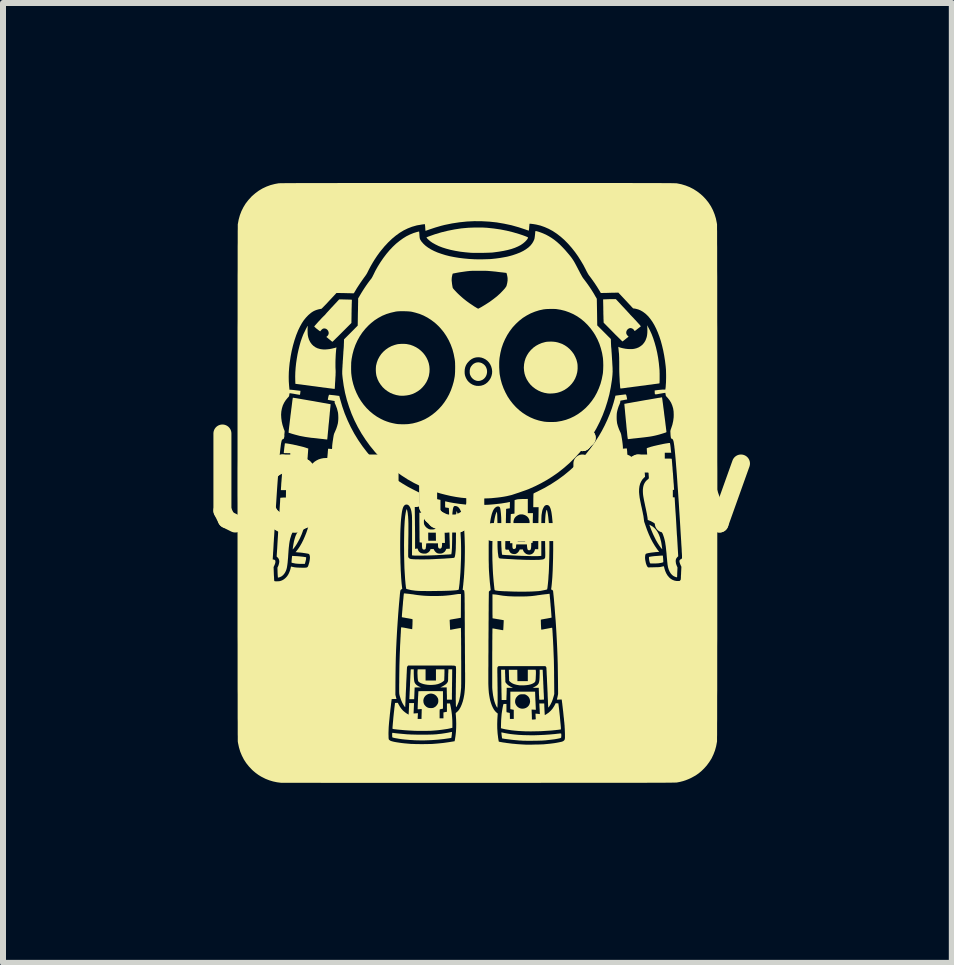
<source format=kicad_pcb>
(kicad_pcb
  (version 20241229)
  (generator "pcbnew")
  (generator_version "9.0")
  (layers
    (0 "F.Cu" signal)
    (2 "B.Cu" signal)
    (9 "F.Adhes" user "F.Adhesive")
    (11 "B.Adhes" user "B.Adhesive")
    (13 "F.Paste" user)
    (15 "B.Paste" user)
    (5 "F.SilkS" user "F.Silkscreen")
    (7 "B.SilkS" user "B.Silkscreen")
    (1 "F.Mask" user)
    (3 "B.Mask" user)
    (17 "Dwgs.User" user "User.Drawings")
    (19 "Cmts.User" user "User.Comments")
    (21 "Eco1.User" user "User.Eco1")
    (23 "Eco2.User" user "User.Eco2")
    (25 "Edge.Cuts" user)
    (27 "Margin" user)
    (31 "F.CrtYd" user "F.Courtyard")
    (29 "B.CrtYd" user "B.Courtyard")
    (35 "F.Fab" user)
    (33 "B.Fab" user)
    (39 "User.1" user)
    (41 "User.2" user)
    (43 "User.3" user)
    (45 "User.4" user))
  (footprint "logo_inv"
    (layer "F.Cu")
    (at 4.907 4.997)
    (property "Reference" "logo_inv" (at 0 0 0) (layer "F.SilkS") (effects (font (size 1.5 1.5) (thickness 0.3))))
    (attr board_only exclude_from_pos_files exclude_from_bom)
    (fp_poly (pts (xy 2.883 0.707) (xy 2.919 0.728) (xy 2.951 0.754) (xy 2.979 0.785) (xy 3.004 0.822) (xy 3.025 0.863) (xy 3.043 0.911) (xy 3.057 0.964) (xy 3.06 0.973) (xy 3.063 0.988) (xy 3.066 1.005) (xy 3.069 1.024) (xy 3.072 1.043) (xy 3.075 1.062) (xy 3.077 1.079) (xy 3.079 1.093) (xy 3.08 1.103) (xy 3.08 1.107) (xy 3.08 1.107) (xy 3.077 1.105) (xy 3.072 1.098) (xy 3.064 1.089) (xy 3.06 1.085) (xy 3.033 1.048) (xy 3.005 1.005) (xy 2.977 0.957) (xy 2.951 0.905) (xy 2.925 0.85) (xy 2.901 0.793) (xy 2.879 0.735) (xy 2.876 0.727) (xy 2.865 0.698)) (stroke (width 0) (type solid)) (fill yes) (layer "F.SilkS"))
    (fp_poly (pts (xy -3.038 1.221) (xy -2.999 1.223) (xy -2.964 1.226) (xy -2.93 1.23) (xy -2.894 1.234) (xy -2.891 1.235) (xy -2.855 1.24) (xy -2.855 1.253) (xy -2.856 1.272) (xy -2.861 1.295) (xy -2.868 1.322) (xy -2.869 1.327) (xy -2.876 1.351) (xy -2.934 1.351) (xy -2.956 1.351) (xy -2.977 1.35) (xy -2.996 1.349) (xy -3.011 1.348) (xy -3.018 1.347) (xy -3.03 1.346) (xy -3.044 1.343) (xy -3.06 1.34) (xy -3.074 1.337) (xy -3.087 1.334) (xy -3.095 1.331) (xy -3.098 1.33) (xy -3.098 1.326) (xy -3.098 1.317) (xy -3.097 1.304) (xy -3.096 1.288) (xy -3.094 1.272) (xy -3.093 1.255) (xy -3.091 1.24) (xy -3.09 1.233) (xy -3.088 1.218)) (stroke (width 0) (type solid)) (fill yes) (layer "F.SilkS"))
    (fp_poly (pts (xy 0.461 3.139) (xy 0.461 3.149) (xy 0.461 3.164) (xy 0.462 3.184) (xy 0.463 3.206) (xy 0.463 3.23) (xy 0.464 3.241) (xy 0.466 3.321) (xy 0.477 3.337) (xy 0.496 3.359) (xy 0.52 3.379) (xy 0.55 3.397) (xy 0.576 3.409) (xy 0.594 3.417) (xy 0.541 3.417) (xy 0.488 3.417) (xy 0.488 3.45) (xy 0.488 3.464) (xy 0.487 3.483) (xy 0.487 3.506) (xy 0.486 3.53) (xy 0.485 3.552) (xy 0.483 3.62) (xy 0.444 3.62) (xy 0.404 3.62) (xy 0.402 3.511) (xy 0.401 3.482) (xy 0.401 3.447) (xy 0.4 3.409) (xy 0.399 3.37) (xy 0.399 3.329) (xy 0.398 3.291) (xy 0.397 3.259) (xy 0.395 3.116) (xy 0.428 3.116) (xy 0.461 3.116)) (stroke (width 0) (type solid)) (fill yes) (layer "F.SilkS"))
    (fp_poly (pts (xy -2.882 0.719) (xy -2.883 0.724) (xy -2.886 0.735) (xy -2.891 0.75) (xy -2.897 0.768) (xy -2.904 0.787) (xy -2.911 0.808) (xy -2.918 0.828) (xy -2.925 0.847) (xy -2.931 0.863) (xy -2.934 0.869) (xy -2.957 0.922) (xy -2.984 0.973) (xy -3.011 1.021) (xy -3.04 1.065) (xy -3.054 1.083) (xy -3.063 1.094) (xy -3.071 1.104) (xy -3.076 1.109) (xy -3.077 1.111) (xy -3.078 1.108) (xy -3.078 1.1) (xy -3.077 1.093) (xy -3.068 1.033) (xy -3.058 0.978) (xy -3.045 0.93) (xy -3.031 0.886) (xy -3.013 0.848) (xy -2.994 0.814) (xy -2.971 0.784) (xy -2.949 0.76) (xy -2.937 0.749) (xy -2.924 0.739) (xy -2.911 0.73) (xy -2.9 0.723) (xy -2.89 0.719) (xy -2.884 0.717)) (stroke (width 0) (type solid)) (fill yes) (layer "F.SilkS"))
    (fp_poly (pts (xy 0.046 -2.004) (xy 0.073 -1.995) (xy 0.099 -1.979) (xy 0.114 -1.967) (xy 0.134 -1.944) (xy 0.148 -1.918) (xy 0.157 -1.891) (xy 0.161 -1.863) (xy 0.16 -1.834) (xy 0.154 -1.806) (xy 0.144 -1.78) (xy 0.129 -1.756) (xy 0.11 -1.735) (xy 0.087 -1.718) (xy 0.06 -1.706) (xy 0.041 -1.7) (xy 0.022 -1.698) (xy 0.005 -1.698) (xy -0.014 -1.701) (xy -0.015 -1.701) (xy -0.045 -1.712) (xy -0.071 -1.729) (xy -0.093 -1.75) (xy -0.111 -1.777) (xy -0.114 -1.784) (xy -0.12 -1.797) (xy -0.124 -1.808) (xy -0.126 -1.819) (xy -0.128 -1.833) (xy -0.128 -1.844) (xy -0.128 -1.874) (xy -0.123 -1.9) (xy -0.115 -1.923) (xy -0.105 -1.94) (xy -0.085 -1.965) (xy -0.063 -1.984) (xy -0.037 -1.998) (xy -0.01 -2.006) (xy 0.018 -2.008)) (stroke (width 0) (type solid)) (fill yes) (layer "F.SilkS"))
    (fp_poly (pts (xy -0.422 3.31) (xy -0.423 3.348) (xy -0.423 3.385) (xy -0.424 3.421) (xy -0.424 3.456) (xy -0.424 3.487) (xy -0.425 3.514) (xy -0.425 3.536) (xy -0.425 3.554) (xy -0.425 3.562) (xy -0.425 3.614) (xy -0.467 3.614) (xy -0.508 3.614) (xy -0.508 3.581) (xy -0.508 3.566) (xy -0.508 3.547) (xy -0.509 3.525) (xy -0.51 3.501) (xy -0.51 3.479) (xy -0.512 3.41) (xy -0.565 3.41) (xy -0.618 3.41) (xy -0.588 3.396) (xy -0.558 3.379) (xy -0.532 3.362) (xy -0.512 3.344) (xy -0.498 3.325) (xy -0.492 3.312) (xy -0.49 3.303) (xy -0.489 3.289) (xy -0.488 3.272) (xy -0.488 3.261) (xy -0.488 3.243) (xy -0.487 3.221) (xy -0.487 3.197) (xy -0.486 3.173) (xy -0.485 3.165) (xy -0.483 3.109) (xy -0.451 3.109) (xy -0.42 3.109)) (stroke (width 0) (type solid)) (fill yes) (layer "F.SilkS"))
    (fp_poly (pts (xy 3.096 1.267) (xy 3.097 1.288) (xy 3.098 1.305) (xy 3.098 1.317) (xy 3.097 1.323) (xy 3.097 1.324) (xy 3.092 1.326) (xy 3.081 1.329) (xy 3.067 1.333) (xy 3.051 1.336) (xy 3.034 1.339) (xy 3.023 1.341) (xy 3.011 1.342) (xy 2.995 1.343) (xy 2.975 1.344) (xy 2.953 1.344) (xy 2.939 1.344) (xy 2.917 1.344) (xy 2.901 1.344) (xy 2.891 1.344) (xy 2.884 1.343) (xy 2.879 1.342) (xy 2.877 1.34) (xy 2.876 1.337) (xy 2.876 1.337) (xy 2.871 1.322) (xy 2.866 1.304) (xy 2.863 1.286) (xy 2.86 1.269) (xy 2.859 1.256) (xy 2.859 1.252) (xy 2.86 1.235) (xy 2.884 1.231) (xy 2.901 1.228) (xy 2.923 1.225) (xy 2.949 1.222) (xy 2.976 1.22) (xy 3.004 1.218) (xy 3.03 1.216) (xy 3.052 1.214) (xy 3.091 1.213)) (stroke (width 0) (type solid)) (fill yes) (layer "F.SilkS"))
    (fp_poly (pts (xy -1.061 3.174) (xy -1.06 3.207) (xy -1.059 3.239) (xy -1.057 3.267) (xy -1.055 3.291) (xy -1.052 3.31) (xy -1.049 3.322) (xy -1.04 3.341) (xy -1.025 3.36) (xy -1.005 3.377) (xy -0.98 3.392) (xy -0.96 3.401) (xy -0.94 3.409) (xy -0.993 3.41) (xy -1.046 3.411) (xy -1.048 3.46) (xy -1.049 3.483) (xy -1.05 3.51) (xy -1.051 3.537) (xy -1.052 3.558) (xy -1.054 3.607) (xy -1.095 3.607) (xy -1.135 3.607) (xy -1.133 3.581) (xy -1.133 3.572) (xy -1.132 3.558) (xy -1.131 3.539) (xy -1.13 3.514) (xy -1.129 3.486) (xy -1.127 3.454) (xy -1.126 3.42) (xy -1.124 3.384) (xy -1.123 3.349) (xy -1.121 3.312) (xy -1.12 3.277) (xy -1.118 3.243) (xy -1.117 3.213) (xy -1.115 3.186) (xy -1.114 3.163) (xy -1.113 3.145) (xy -1.113 3.133) (xy -1.112 3.127) (xy -1.11 3.109) (xy -1.086 3.109) (xy -1.061 3.109)) (stroke (width 0) (type solid)) (fill yes) (layer "F.SilkS"))
    (fp_poly (pts (xy 0.595 3.117) (xy 0.665 3.117) (xy 0.666 3.211) (xy 0.667 3.305) (xy 0.754 3.305) (xy 0.84 3.305) (xy 0.84 3.211) (xy 0.84 3.116) (xy 0.906 3.116) (xy 0.971 3.116) (xy 0.974 3.135) (xy 0.975 3.146) (xy 0.975 3.163) (xy 0.975 3.183) (xy 0.974 3.205) (xy 0.973 3.228) (xy 0.972 3.251) (xy 0.971 3.271) (xy 0.969 3.287) (xy 0.969 3.29) (xy 0.966 3.303) (xy 0.963 3.313) (xy 0.958 3.321) (xy 0.955 3.324) (xy 0.938 3.337) (xy 0.915 3.349) (xy 0.888 3.359) (xy 0.856 3.367) (xy 0.82 3.372) (xy 0.782 3.375) (xy 0.75 3.376) (xy 0.732 3.376) (xy 0.716 3.375) (xy 0.703 3.375) (xy 0.695 3.374) (xy 0.694 3.374) (xy 0.654 3.367) (xy 0.62 3.358) (xy 0.591 3.347) (xy 0.567 3.333) (xy 0.546 3.317) (xy 0.546 3.317) (xy 0.529 3.3) (xy 0.526 3.208) (xy 0.524 3.116)) (stroke (width 0) (type solid)) (fill yes) (layer "F.SilkS"))
    (fp_poly (pts (xy -0.864 3.202) (xy -0.864 3.295) (xy -0.777 3.295) (xy -0.691 3.295) (xy -0.691 3.202) (xy -0.691 3.109) (xy -0.62 3.109) (xy -0.549 3.109) (xy -0.549 3.137) (xy -0.549 3.15) (xy -0.549 3.167) (xy -0.55 3.188) (xy -0.55 3.211) (xy -0.551 3.229) (xy -0.553 3.293) (xy -0.568 3.308) (xy -0.583 3.319) (xy -0.602 3.331) (xy -0.625 3.342) (xy -0.648 3.351) (xy -0.664 3.356) (xy -0.704 3.364) (xy -0.748 3.368) (xy -0.792 3.369) (xy -0.834 3.366) (xy -0.834 3.366) (xy -0.866 3.361) (xy -0.896 3.355) (xy -0.924 3.346) (xy -0.947 3.337) (xy -0.966 3.326) (xy -0.98 3.315) (xy -0.987 3.306) (xy -0.989 3.298) (xy -0.992 3.284) (xy -0.994 3.266) (xy -0.996 3.245) (xy -0.997 3.222) (xy -0.998 3.199) (xy -0.999 3.176) (xy -0.999 3.155) (xy -0.998 3.137) (xy -0.997 3.123) (xy -0.997 3.122) (xy -0.995 3.109) (xy -0.929 3.109) (xy -0.864 3.109)) (stroke (width 0) (type solid)) (fill yes) (layer "F.SilkS"))
    (fp_poly (pts (xy 1.075 3.116) (xy 1.083 3.116) (xy 1.087 3.117) (xy 1.087 3.117) (xy 1.088 3.12) (xy 1.088 3.13) (xy 1.089 3.145) (xy 1.09 3.165) (xy 1.091 3.189) (xy 1.092 3.216) (xy 1.094 3.247) (xy 1.095 3.279) (xy 1.097 3.314) (xy 1.098 3.349) (xy 1.1 3.384) (xy 1.101 3.419) (xy 1.103 3.453) (xy 1.104 3.486) (xy 1.106 3.516) (xy 1.107 3.543) (xy 1.108 3.567) (xy 1.109 3.586) (xy 1.109 3.601) (xy 1.11 3.609) (xy 1.11 3.612) (xy 1.106 3.613) (xy 1.098 3.613) (xy 1.085 3.614) (xy 1.071 3.615) (xy 1.054 3.616) (xy 1.042 3.616) (xy 1.035 3.615) (xy 1.032 3.614) (xy 1.031 3.613) (xy 1.031 3.609) (xy 1.03 3.599) (xy 1.029 3.584) (xy 1.029 3.566) (xy 1.027 3.546) (xy 1.026 3.524) (xy 1.025 3.502) (xy 1.025 3.481) (xy 1.024 3.461) (xy 1.023 3.445) (xy 1.023 3.432) (xy 1.023 3.426) (xy 1.023 3.417) (xy 0.971 3.417) (xy 0.92 3.417) (xy 0.95 3.402) (xy 0.978 3.387) (xy 0.999 3.371) (xy 1.014 3.353) (xy 1.021 3.342) (xy 1.026 3.326) (xy 1.031 3.304) (xy 1.034 3.277) (xy 1.036 3.243) (xy 1.037 3.203) (xy 1.038 3.181) (xy 1.038 3.116) (xy 1.063 3.116)) (stroke (width 0) (type solid)) (fill yes) (layer "F.SilkS"))
    (fp_poly (pts (xy -1.207 -2.315) (xy -1.182 -2.313) (xy -1.171 -2.311) (xy -1.118 -2.3) (xy -1.069 -2.282) (xy -1.022 -2.259) (xy -0.979 -2.232) (xy -0.94 -2.2) (xy -0.905 -2.165) (xy -0.874 -2.126) (xy -0.848 -2.084) (xy -0.827 -2.04) (xy -0.811 -1.993) (xy -0.801 -1.944) (xy -0.797 -1.895) (xy -0.799 -1.844) (xy -0.807 -1.793) (xy -0.811 -1.775) (xy -0.828 -1.726) (xy -0.85 -1.679) (xy -0.879 -1.635) (xy -0.912 -1.595) (xy -0.95 -1.558) (xy -0.992 -1.527) (xy -1.038 -1.5) (xy -1.088 -1.478) (xy -1.092 -1.477) (xy -1.132 -1.465) (xy -1.176 -1.457) (xy -1.221 -1.452) (xy -1.265 -1.451) (xy -1.299 -1.453) (xy -1.353 -1.463) (xy -1.405 -1.479) (xy -1.454 -1.5) (xy -1.499 -1.527) (xy -1.541 -1.558) (xy -1.579 -1.594) (xy -1.612 -1.635) (xy -1.641 -1.679) (xy -1.664 -1.726) (xy -1.681 -1.777) (xy -1.682 -1.78) (xy -1.687 -1.806) (xy -1.691 -1.837) (xy -1.693 -1.87) (xy -1.693 -1.902) (xy -1.691 -1.933) (xy -1.689 -1.953) (xy -1.676 -2.006) (xy -1.658 -2.055) (xy -1.633 -2.102) (xy -1.603 -2.146) (xy -1.568 -2.185) (xy -1.527 -2.221) (xy -1.482 -2.252) (xy -1.433 -2.278) (xy -1.381 -2.297) (xy -1.341 -2.308) (xy -1.32 -2.312) (xy -1.293 -2.314) (xy -1.264 -2.316) (xy -1.235 -2.316)) (stroke (width 0) (type solid)) (fill yes) (layer "F.SilkS"))
    (fp_poly (pts (xy 1.263 -2.352) (xy 1.301 -2.348) (xy 1.338 -2.34) (xy 1.361 -2.333) (xy 1.412 -2.315) (xy 1.459 -2.29) (xy 1.502 -2.26) (xy 1.541 -2.226) (xy 1.576 -2.187) (xy 1.607 -2.145) (xy 1.631 -2.099) (xy 1.651 -2.051) (xy 1.664 -2) (xy 1.665 -1.995) (xy 1.669 -1.966) (xy 1.67 -1.933) (xy 1.67 -1.9) (xy 1.667 -1.867) (xy 1.663 -1.84) (xy 1.649 -1.788) (xy 1.629 -1.738) (xy 1.603 -1.692) (xy 1.572 -1.65) (xy 1.536 -1.612) (xy 1.496 -1.578) (xy 1.451 -1.548) (xy 1.402 -1.524) (xy 1.367 -1.511) (xy 1.329 -1.5) (xy 1.287 -1.493) (xy 1.245 -1.489) (xy 1.204 -1.488) (xy 1.17 -1.49) (xy 1.115 -1.5) (xy 1.063 -1.516) (xy 1.014 -1.538) (xy 0.968 -1.565) (xy 0.925 -1.597) (xy 0.887 -1.633) (xy 0.854 -1.674) (xy 0.825 -1.72) (xy 0.82 -1.729) (xy 0.8 -1.774) (xy 0.786 -1.819) (xy 0.778 -1.864) (xy 0.774 -1.913) (xy 0.774 -1.924) (xy 0.778 -1.978) (xy 0.788 -2.029) (xy 0.804 -2.079) (xy 0.827 -2.126) (xy 0.855 -2.17) (xy 0.89 -2.212) (xy 0.891 -2.213) (xy 0.931 -2.251) (xy 0.975 -2.283) (xy 1.023 -2.309) (xy 1.073 -2.33) (xy 1.127 -2.345) (xy 1.146 -2.349) (xy 1.162 -2.351) (xy 1.183 -2.352) (xy 1.205 -2.353) (xy 1.223 -2.354)) (stroke (width 0) (type solid)) (fill yes) (layer "F.SilkS"))
    (fp_poly (pts (xy 0.058 -4.255) (xy 0.105 -4.254) (xy 0.148 -4.251) (xy 0.156 -4.251) (xy 0.27 -4.239) (xy 0.381 -4.223) (xy 0.489 -4.202) (xy 0.594 -4.176) (xy 0.699 -4.145) (xy 0.723 -4.137) (xy 0.756 -4.126) (xy 0.783 -4.116) (xy 0.804 -4.108) (xy 0.821 -4.101) (xy 0.832 -4.096) (xy 0.84 -4.092) (xy 0.843 -4.088) (xy 0.844 -4.085) (xy 0.839 -4.073) (xy 0.829 -4.057) (xy 0.814 -4.039) (xy 0.794 -4.018) (xy 0.761 -3.99) (xy 0.722 -3.963) (xy 0.676 -3.939) (xy 0.625 -3.917) (xy 0.567 -3.897) (xy 0.503 -3.88) (xy 0.433 -3.865) (xy 0.356 -3.852) (xy 0.273 -3.841) (xy 0.249 -3.838) (xy 0.231 -3.837) (xy 0.208 -3.836) (xy 0.179 -3.835) (xy 0.147 -3.834) (xy 0.113 -3.833) (xy 0.077 -3.832) (xy 0.041 -3.832) (xy 0.006 -3.832) (xy -0.027 -3.832) (xy -0.058 -3.832) (xy -0.084 -3.833) (xy -0.105 -3.834) (xy -0.11 -3.834) (xy -0.2 -3.842) (xy -0.285 -3.852) (xy -0.367 -3.866) (xy -0.444 -3.882) (xy -0.516 -3.901) (xy -0.583 -3.922) (xy -0.645 -3.946) (xy -0.7 -3.973) (xy -0.75 -4.001) (xy -0.757 -4.006) (xy -0.775 -4.018) (xy -0.793 -4.032) (xy -0.81 -4.047) (xy -0.826 -4.061) (xy -0.838 -4.074) (xy -0.843 -4.081) (xy -0.85 -4.09) (xy -0.814 -4.105) (xy -0.71 -4.142) (xy -0.603 -4.174) (xy -0.493 -4.201) (xy -0.382 -4.223) (xy -0.271 -4.24) (xy -0.24 -4.243) (xy -0.196 -4.247) (xy -0.148 -4.251) (xy -0.097 -4.253) (xy -0.044 -4.255) (xy 0.008 -4.255)) (stroke (width 0) (type solid)) (fill yes) (layer "F.SilkS"))
    (fp_poly (pts (xy 0.404 4.16) (xy 0.405 4.16) (xy 0.414 4.162) (xy 0.428 4.165) (xy 0.446 4.169) (xy 0.467 4.173) (xy 0.489 4.177) (xy 0.511 4.181) (xy 0.531 4.184) (xy 0.542 4.186) (xy 0.611 4.194) (xy 0.687 4.201) (xy 0.766 4.205) (xy 0.85 4.207) (xy 0.937 4.208) (xy 1.025 4.205) (xy 1.115 4.201) (xy 1.205 4.195) (xy 1.294 4.187) (xy 1.334 4.182) (xy 1.356 4.18) (xy 1.372 4.178) (xy 1.383 4.178) (xy 1.39 4.178) (xy 1.394 4.179) (xy 1.396 4.18) (xy 1.397 4.186) (xy 1.398 4.196) (xy 1.399 4.21) (xy 1.398 4.223) (xy 1.397 4.235) (xy 1.396 4.244) (xy 1.396 4.245) (xy 1.393 4.249) (xy 1.389 4.252) (xy 1.381 4.255) (xy 1.368 4.259) (xy 1.362 4.26) (xy 1.328 4.267) (xy 1.289 4.274) (xy 1.243 4.28) (xy 1.192 4.286) (xy 1.137 4.292) (xy 1.128 4.293) (xy 1.107 4.294) (xy 1.081 4.296) (xy 1.05 4.297) (xy 1.016 4.298) (xy 0.979 4.299) (xy 0.941 4.299) (xy 0.903 4.3) (xy 0.865 4.3) (xy 0.83 4.3) (xy 0.798 4.299) (xy 0.77 4.299) (xy 0.747 4.298) (xy 0.743 4.297) (xy 0.702 4.295) (xy 0.658 4.291) (xy 0.612 4.287) (xy 0.566 4.282) (xy 0.522 4.276) (xy 0.481 4.271) (xy 0.444 4.266) (xy 0.431 4.263) (xy 0.411 4.26) (xy 0.407 4.232) (xy 0.405 4.215) (xy 0.403 4.197) (xy 0.401 4.181) (xy 0.401 4.181) (xy 0.4 4.169) (xy 0.4 4.162) (xy 0.401 4.16)) (stroke (width 0) (type solid)) (fill yes) (layer "F.SilkS"))
    (fp_poly (pts (xy -0.424 4.155) (xy -0.424 4.164) (xy -0.425 4.176) (xy -0.426 4.191) (xy -0.428 4.207) (xy -0.43 4.224) (xy -0.431 4.23) (xy -0.435 4.252) (xy -0.472 4.258) (xy -0.564 4.271) (xy -0.658 4.281) (xy -0.755 4.288) (xy -0.82 4.291) (xy -0.852 4.292) (xy -0.881 4.293) (xy -0.907 4.293) (xy -0.933 4.293) (xy -0.96 4.293) (xy -0.991 4.292) (xy -1.009 4.292) (xy -1.045 4.291) (xy -1.086 4.288) (xy -1.128 4.286) (xy -1.17 4.282) (xy -1.208 4.279) (xy -1.224 4.277) (xy -1.253 4.274) (xy -1.282 4.27) (xy -1.31 4.266) (xy -1.336 4.261) (xy -1.361 4.257) (xy -1.382 4.253) (xy -1.399 4.249) (xy -1.412 4.245) (xy -1.418 4.242) (xy -1.419 4.242) (xy -1.419 4.238) (xy -1.42 4.229) (xy -1.42 4.216) (xy -1.421 4.203) (xy -1.421 4.189) (xy -1.42 4.178) (xy -1.42 4.17) (xy -1.419 4.168) (xy -1.415 4.168) (xy -1.406 4.168) (xy -1.397 4.169) (xy -1.377 4.172) (xy -1.352 4.175) (xy -1.323 4.178) (xy -1.291 4.181) (xy -1.257 4.184) (xy -1.223 4.187) (xy -1.19 4.19) (xy -1.168 4.192) (xy -1.139 4.193) (xy -1.105 4.195) (xy -1.067 4.196) (xy -1.026 4.197) (xy -0.984 4.198) (xy -0.94 4.198) (xy -0.896 4.198) (xy -0.853 4.198) (xy -0.812 4.197) (xy -0.773 4.196) (xy -0.739 4.195) (xy -0.71 4.193) (xy -0.687 4.192) (xy -0.647 4.187) (xy -0.606 4.183) (xy -0.565 4.177) (xy -0.527 4.171) (xy -0.492 4.165) (xy -0.468 4.16) (xy -0.452 4.157) (xy -0.439 4.154) (xy -0.43 4.153) (xy -0.425 4.152)) (stroke (width 0) (type solid)) (fill yes) (layer "F.SilkS"))
    (fp_poly (pts (xy 2.254 -3.061) (xy 2.308 -3.061) (xy 2.423 -2.937) (xy 2.446 -2.913) (xy 2.467 -2.89) (xy 2.487 -2.869) (xy 2.504 -2.85) (xy 2.519 -2.834) (xy 2.53 -2.822) (xy 2.538 -2.813) (xy 2.542 -2.809) (xy 2.542 -2.808) (xy 2.547 -2.802) (xy 2.552 -2.797) (xy 2.556 -2.793) (xy 2.564 -2.785) (xy 2.575 -2.773) (xy 2.59 -2.758) (xy 2.606 -2.741) (xy 2.624 -2.721) (xy 2.639 -2.706) (xy 2.662 -2.68) (xy 2.681 -2.659) (xy 2.697 -2.642) (xy 2.708 -2.629) (xy 2.716 -2.619) (xy 2.721 -2.612) (xy 2.723 -2.608) (xy 2.722 -2.606) (xy 2.719 -2.604) (xy 2.712 -2.598) (xy 2.701 -2.59) (xy 2.687 -2.579) (xy 2.673 -2.568) (xy 2.657 -2.556) (xy 2.644 -2.545) (xy 2.632 -2.537) (xy 2.625 -2.532) (xy 2.622 -2.53) (xy 2.619 -2.533) (xy 2.614 -2.539) (xy 2.611 -2.545) (xy 2.597 -2.561) (xy 2.58 -2.572) (xy 2.561 -2.578) (xy 2.552 -2.579) (xy 2.532 -2.576) (xy 2.515 -2.567) (xy 2.5 -2.554) (xy 2.489 -2.538) (xy 2.482 -2.52) (xy 2.48 -2.501) (xy 2.483 -2.483) (xy 2.485 -2.479) (xy 2.491 -2.468) (xy 2.5 -2.456) (xy 2.506 -2.45) (xy 2.52 -2.436) (xy 2.472 -2.398) (xy 2.456 -2.385) (xy 2.442 -2.374) (xy 2.431 -2.365) (xy 2.423 -2.359) (xy 2.42 -2.356) (xy 2.416 -2.358) (xy 2.408 -2.365) (xy 2.396 -2.376) (xy 2.379 -2.393) (xy 2.357 -2.414) (xy 2.331 -2.44) (xy 2.3 -2.47) (xy 2.265 -2.506) (xy 2.26 -2.511) (xy 2.104 -2.669) (xy 2.102 -2.726) (xy 2.101 -2.742) (xy 2.101 -2.764) (xy 2.1 -2.791) (xy 2.099 -2.82) (xy 2.099 -2.852) (xy 2.098 -2.885) (xy 2.098 -2.918) (xy 2.098 -2.92) (xy 2.095 -3.057) (xy 2.147 -3.059) (xy 2.171 -3.06) (xy 2.198 -3.061) (xy 2.225 -3.061) (xy 2.25 -3.061)) (stroke (width 0) (type solid)) (fill yes) (layer "F.SilkS"))
    (fp_poly (pts (xy -3.063 -1.417) (xy -3.047 -1.414) (xy -3.024 -1.411) (xy -2.995 -1.406) (xy -2.96 -1.4) (xy -2.92 -1.393) (xy -2.873 -1.385) (xy -2.821 -1.376) (xy -2.764 -1.366) (xy -2.762 -1.366) (xy -2.716 -1.358) (xy -2.673 -1.35) (xy -2.632 -1.343) (xy -2.594 -1.336) (xy -2.56 -1.33) (xy -2.529 -1.325) (xy -2.502 -1.32) (xy -2.48 -1.316) (xy -2.463 -1.313) (xy -2.452 -1.311) (xy -2.447 -1.31) (xy -2.447 -1.31) (xy -2.447 -1.306) (xy -2.448 -1.297) (xy -2.449 -1.281) (xy -2.451 -1.261) (xy -2.454 -1.235) (xy -2.456 -1.205) (xy -2.46 -1.172) (xy -2.463 -1.135) (xy -2.467 -1.095) (xy -2.471 -1.053) (xy -2.474 -1.018) (xy -2.479 -0.974) (xy -2.483 -0.932) (xy -2.486 -0.893) (xy -2.49 -0.856) (xy -2.493 -0.823) (xy -2.496 -0.794) (xy -2.498 -0.769) (xy -2.5 -0.749) (xy -2.502 -0.735) (xy -2.502 -0.726) (xy -2.503 -0.724) (xy -2.506 -0.722) (xy -2.512 -0.722) (xy -2.519 -0.723) (xy -2.521 -0.723) (xy -2.526 -0.724) (xy -2.537 -0.725) (xy -2.554 -0.727) (xy -2.578 -0.73) (xy -2.608 -0.733) (xy -2.643 -0.737) (xy -2.685 -0.742) (xy -2.732 -0.747) (xy -2.767 -0.75) (xy -2.865 -0.764) (xy -2.961 -0.782) (xy -3.041 -0.803) (xy -3.069 -0.811) (xy -3.093 -0.818) (xy -3.114 -0.825) (xy -3.13 -0.83) (xy -3.142 -0.834) (xy -3.147 -0.836) (xy -3.147 -0.837) (xy -3.147 -0.84) (xy -3.146 -0.85) (xy -3.145 -0.865) (xy -3.143 -0.885) (xy -3.14 -0.91) (xy -3.137 -0.938) (xy -3.133 -0.969) (xy -3.129 -1.003) (xy -3.125 -1.039) (xy -3.12 -1.077) (xy -3.116 -1.115) (xy -3.111 -1.153) (xy -3.106 -1.191) (xy -3.102 -1.228) (xy -3.097 -1.263) (xy -3.093 -1.296) (xy -3.089 -1.327) (xy -3.086 -1.354) (xy -3.083 -1.377) (xy -3.08 -1.395) (xy -3.078 -1.409) (xy -3.077 -1.416) (xy -3.077 -1.418) (xy -3.073 -1.418)) (stroke (width 0) (type solid)) (fill yes) (layer "F.SilkS"))
    (fp_poly (pts (xy -2.219 -3.056) (xy -2.195 -3.055) (xy -2.171 -3.055) (xy -2.15 -3.054) (xy -2.132 -3.054) (xy -2.119 -3.053) (xy -2.114 -3.053) (xy -2.092 -3.051) (xy -2.094 -2.989) (xy -2.095 -2.971) (xy -2.095 -2.948) (xy -2.096 -2.92) (xy -2.097 -2.889) (xy -2.097 -2.857) (xy -2.098 -2.824) (xy -2.098 -2.796) (xy -2.1 -2.664) (xy -2.257 -2.507) (xy -2.284 -2.48) (xy -2.309 -2.455) (xy -2.333 -2.431) (xy -2.355 -2.41) (xy -2.374 -2.391) (xy -2.39 -2.375) (xy -2.402 -2.363) (xy -2.411 -2.355) (xy -2.416 -2.351) (xy -2.416 -2.351) (xy -2.42 -2.353) (xy -2.428 -2.358) (xy -2.439 -2.367) (xy -2.452 -2.378) (xy -2.459 -2.383) (xy -2.473 -2.395) (xy -2.487 -2.406) (xy -2.498 -2.416) (xy -2.506 -2.422) (xy -2.508 -2.423) (xy -2.518 -2.432) (xy -2.507 -2.44) (xy -2.492 -2.456) (xy -2.482 -2.475) (xy -2.478 -2.495) (xy -2.481 -2.515) (xy -2.489 -2.535) (xy -2.503 -2.552) (xy -2.503 -2.553) (xy -2.521 -2.566) (xy -2.54 -2.572) (xy -2.559 -2.573) (xy -2.576 -2.568) (xy -2.587 -2.56) (xy -2.6 -2.549) (xy -2.611 -2.536) (xy -2.616 -2.528) (xy -2.618 -2.526) (xy -2.621 -2.526) (xy -2.625 -2.528) (xy -2.632 -2.532) (xy -2.642 -2.539) (xy -2.656 -2.55) (xy -2.67 -2.561) (xy -2.686 -2.573) (xy -2.699 -2.585) (xy -2.71 -2.595) (xy -2.717 -2.602) (xy -2.719 -2.605) (xy -2.717 -2.609) (xy -2.711 -2.617) (xy -2.701 -2.628) (xy -2.689 -2.642) (xy -2.674 -2.659) (xy -2.658 -2.677) (xy -2.641 -2.696) (xy -2.623 -2.714) (xy -2.606 -2.733) (xy -2.59 -2.75) (xy -2.575 -2.765) (xy -2.562 -2.778) (xy -2.553 -2.787) (xy -2.547 -2.793) (xy -2.545 -2.794) (xy -2.54 -2.797) (xy -2.54 -2.799) (xy -2.538 -2.802) (xy -2.531 -2.81) (xy -2.521 -2.822) (xy -2.508 -2.837) (xy -2.491 -2.855) (xy -2.472 -2.876) (xy -2.451 -2.899) (xy -2.429 -2.923) (xy -2.422 -2.93) (xy -2.304 -3.057)) (stroke (width 0) (type solid)) (fill yes) (layer "F.SilkS"))
    (fp_poly (pts (xy 3.078 -1.421) (xy 3.079 -1.412) (xy 3.081 -1.397) (xy 3.084 -1.377) (xy 3.087 -1.352) (xy 3.091 -1.324) (xy 3.095 -1.293) (xy 3.099 -1.259) (xy 3.104 -1.223) (xy 3.109 -1.186) (xy 3.113 -1.148) (xy 3.118 -1.11) (xy 3.123 -1.073) (xy 3.128 -1.036) (xy 3.132 -1.001) (xy 3.136 -0.968) (xy 3.14 -0.938) (xy 3.143 -0.912) (xy 3.146 -0.889) (xy 3.148 -0.871) (xy 3.15 -0.859) (xy 3.15 -0.852) (xy 3.151 -0.848) (xy 3.15 -0.845) (xy 3.146 -0.842) (xy 3.14 -0.839) (xy 3.129 -0.835) (xy 3.113 -0.83) (xy 3.111 -0.829) (xy 3.069 -0.816) (xy 3.029 -0.804) (xy 2.991 -0.794) (xy 2.953 -0.785) (xy 2.914 -0.777) (xy 2.873 -0.77) (xy 2.829 -0.764) (xy 2.781 -0.758) (xy 2.729 -0.752) (xy 2.682 -0.747) (xy 2.656 -0.744) (xy 2.63 -0.741) (xy 2.605 -0.739) (xy 2.583 -0.736) (xy 2.565 -0.734) (xy 2.557 -0.733) (xy 2.541 -0.731) (xy 2.527 -0.73) (xy 2.516 -0.728) (xy 2.511 -0.728) (xy 2.51 -0.728) (xy 2.509 -0.729) (xy 2.508 -0.731) (xy 2.507 -0.734) (xy 2.505 -0.739) (xy 2.504 -0.746) (xy 2.503 -0.756) (xy 2.501 -0.769) (xy 2.499 -0.786) (xy 2.497 -0.807) (xy 2.495 -0.831) (xy 2.492 -0.861) (xy 2.488 -0.896) (xy 2.484 -0.936) (xy 2.48 -0.983) (xy 2.476 -1.022) (xy 2.472 -1.065) (xy 2.468 -1.107) (xy 2.464 -1.147) (xy 2.461 -1.183) (xy 2.458 -1.216) (xy 2.455 -1.245) (xy 2.453 -1.27) (xy 2.451 -1.29) (xy 2.45 -1.305) (xy 2.449 -1.313) (xy 2.449 -1.316) (xy 2.453 -1.317) (xy 2.463 -1.318) (xy 2.478 -1.321) (xy 2.498 -1.325) (xy 2.522 -1.329) (xy 2.551 -1.334) (xy 2.583 -1.34) (xy 2.617 -1.346) (xy 2.654 -1.352) (xy 2.692 -1.359) (xy 2.731 -1.366) (xy 2.77 -1.373) (xy 2.81 -1.38) (xy 2.849 -1.386) (xy 2.887 -1.393) (xy 2.922 -1.399) (xy 2.956 -1.405) (xy 2.986 -1.41) (xy 3.013 -1.415) (xy 3.036 -1.418) (xy 3.055 -1.421) (xy 3.068 -1.424) (xy 3.076 -1.425) (xy 3.077 -1.425)) (stroke (width 0) (type solid)) (fill yes) (layer "F.SilkS"))
    (fp_poly (pts (xy 2.842 -2.603) (xy 2.874 -2.543) (xy 2.904 -2.478) (xy 2.931 -2.407) (xy 2.955 -2.332) (xy 2.977 -2.253) (xy 2.996 -2.17) (xy 3.012 -2.083) (xy 3.024 -1.995) (xy 3.033 -1.904) (xy 3.035 -1.881) (xy 3.036 -1.865) (xy 3.036 -1.845) (xy 3.037 -1.823) (xy 3.037 -1.799) (xy 3.037 -1.774) (xy 3.037 -1.749) (xy 3.037 -1.725) (xy 3.037 -1.704) (xy 3.036 -1.685) (xy 3.036 -1.671) (xy 3.035 -1.661) (xy 3.034 -1.658) (xy 3.03 -1.657) (xy 3.02 -1.655) (xy 3.005 -1.653) (xy 2.984 -1.65) (xy 2.959 -1.647) (xy 2.93 -1.643) (xy 2.898 -1.638) (xy 2.863 -1.634) (xy 2.825 -1.629) (xy 2.802 -1.625) (xy 2.76 -1.62) (xy 2.718 -1.615) (xy 2.676 -1.609) (xy 2.636 -1.604) (xy 2.597 -1.599) (xy 2.562 -1.594) (xy 2.531 -1.59) (xy 2.504 -1.587) (xy 2.484 -1.584) (xy 2.481 -1.583) (xy 2.456 -1.58) (xy 2.434 -1.577) (xy 2.415 -1.575) (xy 2.4 -1.573) (xy 2.39 -1.572) (xy 2.385 -1.571) (xy 2.385 -1.571) (xy 2.383 -1.575) (xy 2.381 -1.583) (xy 2.379 -1.593) (xy 2.376 -1.636) (xy 2.372 -1.684) (xy 2.37 -1.736) (xy 2.367 -1.79) (xy 2.365 -1.844) (xy 2.364 -1.897) (xy 2.364 -1.947) (xy 2.364 -1.961) (xy 2.364 -1.992) (xy 2.364 -2.023) (xy 2.363 -2.052) (xy 2.363 -2.08) (xy 2.362 -2.103) (xy 2.361 -2.122) (xy 2.361 -2.132) (xy 2.359 -2.158) (xy 2.356 -2.183) (xy 2.354 -2.207) (xy 2.352 -2.228) (xy 2.35 -2.245) (xy 2.349 -2.257) (xy 2.349 -2.26) (xy 2.348 -2.267) (xy 2.349 -2.268) (xy 2.353 -2.264) (xy 2.36 -2.261) (xy 2.372 -2.257) (xy 2.388 -2.252) (xy 2.407 -2.247) (xy 2.428 -2.242) (xy 2.45 -2.238) (xy 2.471 -2.234) (xy 2.473 -2.234) (xy 2.499 -2.231) (xy 2.527 -2.229) (xy 2.556 -2.229) (xy 2.582 -2.229) (xy 2.605 -2.232) (xy 2.608 -2.232) (xy 2.649 -2.242) (xy 2.687 -2.257) (xy 2.721 -2.278) (xy 2.752 -2.303) (xy 2.778 -2.334) (xy 2.799 -2.368) (xy 2.808 -2.39) (xy 2.818 -2.417) (xy 2.825 -2.443) (xy 2.829 -2.47) (xy 2.832 -2.499) (xy 2.833 -2.533) (xy 2.833 -2.554) (xy 2.832 -2.573) (xy 2.832 -2.59) (xy 2.831 -2.603) (xy 2.83 -2.608) (xy 2.828 -2.626)) (stroke (width 0) (type solid)) (fill yes) (layer "F.SilkS"))
    (fp_poly (pts (xy -2.827 -2.611) (xy -2.828 -2.602) (xy -2.829 -2.595) (xy -2.83 -2.584) (xy -2.83 -2.567) (xy -2.831 -2.548) (xy -2.83 -2.527) (xy -2.83 -2.516) (xy -2.829 -2.492) (xy -2.828 -2.473) (xy -2.826 -2.457) (xy -2.823 -2.442) (xy -2.82 -2.427) (xy -2.82 -2.427) (xy -2.806 -2.384) (xy -2.787 -2.346) (xy -2.763 -2.312) (xy -2.735 -2.284) (xy -2.703 -2.261) (xy -2.667 -2.243) (xy -2.626 -2.231) (xy -2.607 -2.227) (xy -2.573 -2.223) (xy -2.538 -2.222) (xy -2.5 -2.225) (xy -2.482 -2.227) (xy -2.464 -2.229) (xy -2.444 -2.233) (xy -2.423 -2.237) (xy -2.403 -2.242) (xy -2.385 -2.246) (xy -2.37 -2.25) (xy -2.359 -2.254) (xy -2.354 -2.256) (xy -2.351 -2.258) (xy -2.35 -2.256) (xy -2.351 -2.248) (xy -2.351 -2.245) (xy -2.355 -2.215) (xy -2.358 -2.179) (xy -2.361 -2.139) (xy -2.363 -2.096) (xy -2.365 -2.053) (xy -2.366 -2.009) (xy -2.366 -1.968) (xy -2.366 -1.93) (xy -2.365 -1.904) (xy -2.364 -1.885) (xy -2.363 -1.868) (xy -2.363 -1.851) (xy -2.363 -1.834) (xy -2.364 -1.814) (xy -2.364 -1.792) (xy -2.366 -1.767) (xy -2.368 -1.736) (xy -2.369 -1.711) (xy -2.371 -1.682) (xy -2.373 -1.654) (xy -2.374 -1.63) (xy -2.375 -1.609) (xy -2.376 -1.592) (xy -2.377 -1.58) (xy -2.377 -1.574) (xy -2.377 -1.574) (xy -2.379 -1.567) (xy -2.383 -1.565) (xy -2.385 -1.565) (xy -2.39 -1.566) (xy -2.4 -1.567) (xy -2.417 -1.569) (xy -2.438 -1.572) (xy -2.464 -1.575) (xy -2.495 -1.579) (xy -2.528 -1.584) (xy -2.566 -1.588) (xy -2.605 -1.594) (xy -2.647 -1.599) (xy -2.667 -1.602) (xy -2.711 -1.608) (xy -2.753 -1.613) (xy -2.794 -1.619) (xy -2.833 -1.624) (xy -2.869 -1.629) (xy -2.902 -1.633) (xy -2.93 -1.637) (xy -2.954 -1.64) (xy -2.972 -1.642) (xy -2.985 -1.644) (xy -2.988 -1.644) (xy -3.034 -1.65) (xy -3.036 -1.706) (xy -3.037 -1.772) (xy -3.035 -1.842) (xy -3.03 -1.915) (xy -3.022 -1.991) (xy -3.011 -2.066) (xy -2.998 -2.142) (xy -2.982 -2.216) (xy -2.964 -2.288) (xy -2.945 -2.356) (xy -2.923 -2.419) (xy -2.904 -2.468) (xy -2.897 -2.484) (xy -2.888 -2.502) (xy -2.878 -2.522) (xy -2.868 -2.543) (xy -2.858 -2.563) (xy -2.849 -2.581) (xy -2.841 -2.596) (xy -2.835 -2.606) (xy -2.832 -2.611) (xy -2.828 -2.615) (xy -2.827 -2.615)) (stroke (width 0) (type solid)) (fill yes) (layer "F.SilkS"))
    (fp_poly (pts (xy 0.84 0.387) (xy 0.84 0.505) (xy 0.883 0.505) (xy 0.926 0.505) (xy 0.923 0.627) (xy 0.923 0.663) (xy 0.922 0.703) (xy 0.922 0.745) (xy 0.922 0.788) (xy 0.921 0.829) (xy 0.921 0.866) (xy 0.921 0.874) (xy 0.921 0.998) (xy 0.909 1.001) (xy 0.897 1.003) (xy 0.897 1.032) (xy 0.896 1.063) (xy 0.894 1.086) (xy 0.89 1.104) (xy 0.885 1.115) (xy 0.884 1.116) (xy 0.873 1.123) (xy 0.861 1.124) (xy 0.848 1.122) (xy 0.844 1.119) (xy 0.838 1.113) (xy 0.834 1.103) (xy 0.831 1.088) (xy 0.828 1.068) (xy 0.827 1.057) (xy 0.825 1.026) (xy 0.737 1.026) (xy 0.648 1.026) (xy 0.646 1.042) (xy 0.644 1.055) (xy 0.644 1.069) (xy 0.643 1.072) (xy 0.641 1.086) (xy 0.632 1.096) (xy 0.618 1.102) (xy 0.615 1.103) (xy 0.604 1.103) (xy 0.595 1.1) (xy 0.589 1.092) (xy 0.585 1.079) (xy 0.583 1.061) (xy 0.583 1.039) (xy 0.583 1.006) (xy 0.563 1.006) (xy 0.544 1.006) (xy 0.547 0.939) (xy 0.547 0.922) (xy 0.548 0.899) (xy 0.548 0.871) (xy 0.549 0.84) (xy 0.549 0.84) (xy 0.671 0.84) (xy 0.671 0.908) (xy 0.671 0.975) (xy 0.733 0.975) (xy 0.796 0.975) (xy 0.796 0.908) (xy 0.796 0.84) (xy 0.733 0.84) (xy 0.671 0.84) (xy 0.549 0.84) (xy 0.55 0.806) (xy 0.551 0.77) (xy 0.551 0.733) (xy 0.552 0.698) (xy 0.553 0.664) (xy 0.553 0.643) (xy 0.601 0.643) (xy 0.601 0.669) (xy 0.606 0.694) (xy 0.617 0.717) (xy 0.631 0.739) (xy 0.649 0.757) (xy 0.67 0.771) (xy 0.694 0.782) (xy 0.72 0.788) (xy 0.748 0.788) (xy 0.771 0.784) (xy 0.798 0.773) (xy 0.823 0.758) (xy 0.842 0.737) (xy 0.857 0.713) (xy 0.867 0.686) (xy 0.87 0.663) (xy 0.869 0.636) (xy 0.863 0.613) (xy 0.852 0.59) (xy 0.848 0.583) (xy 0.829 0.562) (xy 0.807 0.546) (xy 0.781 0.534) (xy 0.754 0.527) (xy 0.725 0.526) (xy 0.705 0.528) (xy 0.68 0.537) (xy 0.656 0.551) (xy 0.635 0.569) (xy 0.619 0.589) (xy 0.618 0.591) (xy 0.607 0.617) (xy 0.601 0.643) (xy 0.553 0.643) (xy 0.553 0.633) (xy 0.554 0.604) (xy 0.555 0.578) (xy 0.555 0.557) (xy 0.556 0.54) (xy 0.556 0.528) (xy 0.557 0.523) (xy 0.557 0.522) (xy 0.561 0.521) (xy 0.57 0.519) (xy 0.583 0.517) (xy 0.589 0.517) (xy 0.618 0.513) (xy 0.619 0.401) (xy 0.62 0.288) (xy 0.638 0.283) (xy 0.652 0.279) (xy 0.664 0.276) (xy 0.677 0.274) (xy 0.691 0.273) (xy 0.707 0.272) (xy 0.727 0.271) (xy 0.751 0.27) (xy 0.763 0.27) (xy 0.84 0.269)) (stroke (width 0) (type solid)) (fill yes) (layer "F.SilkS"))
    (fp_poly (pts (xy -0.794 0.264) (xy -0.767 0.264) (xy -0.745 0.264) (xy -0.728 0.265) (xy -0.714 0.266) (xy -0.702 0.267) (xy -0.691 0.269) (xy -0.679 0.271) (xy -0.666 0.274) (xy -0.661 0.275) (xy -0.616 0.285) (xy -0.616 0.396) (xy -0.616 0.507) (xy -0.605 0.509) (xy -0.596 0.511) (xy -0.583 0.512) (xy -0.573 0.513) (xy -0.562 0.515) (xy -0.554 0.516) (xy -0.552 0.516) (xy -0.552 0.519) (xy -0.552 0.529) (xy -0.551 0.544) (xy -0.551 0.564) (xy -0.55 0.588) (xy -0.55 0.615) (xy -0.549 0.646) (xy -0.549 0.679) (xy -0.549 0.687) (xy -0.548 0.724) (xy -0.547 0.761) (xy -0.547 0.797) (xy -0.546 0.832) (xy -0.545 0.864) (xy -0.544 0.892) (xy -0.544 0.915) (xy -0.543 0.93) (xy -0.541 1.002) (xy -0.565 1.002) (xy -0.589 1.002) (xy -0.589 1.027) (xy -0.591 1.053) (xy -0.595 1.073) (xy -0.601 1.086) (xy -0.611 1.095) (xy -0.623 1.097) (xy -0.623 1.097) (xy -0.636 1.095) (xy -0.646 1.089) (xy -0.652 1.078) (xy -0.656 1.062) (xy -0.657 1.04) (xy -0.657 1.009) (xy -0.755 1.008) (xy -0.784 1.008) (xy -0.807 1.008) (xy -0.824 1.008) (xy -0.836 1.009) (xy -0.845 1.009) (xy -0.85 1.01) (xy -0.853 1.011) (xy -0.853 1.013) (xy -0.853 1.013) (xy -0.854 1.023) (xy -0.855 1.037) (xy -0.856 1.052) (xy -0.858 1.068) (xy -0.86 1.082) (xy -0.862 1.093) (xy -0.863 1.1) (xy -0.864 1.101) (xy -0.869 1.106) (xy -0.877 1.11) (xy -0.878 1.11) (xy -0.885 1.113) (xy -0.891 1.114) (xy -0.897 1.112) (xy -0.901 1.111) (xy -0.908 1.108) (xy -0.914 1.103) (xy -0.918 1.094) (xy -0.921 1.082) (xy -0.923 1.065) (xy -0.924 1.044) (xy -0.926 0.997) (xy -0.945 0.995) (xy -0.955 0.993) (xy -0.962 0.992) (xy -0.964 0.991) (xy -0.964 0.988) (xy -0.964 0.978) (xy -0.964 0.963) (xy -0.964 0.942) (xy -0.965 0.917) (xy -0.965 0.888) (xy -0.965 0.855) (xy -0.965 0.83) (xy -0.82 0.83) (xy -0.82 0.899) (xy -0.82 0.923) (xy -0.819 0.941) (xy -0.819 0.953) (xy -0.818 0.961) (xy -0.817 0.966) (xy -0.816 0.967) (xy -0.814 0.967) (xy -0.809 0.967) (xy -0.799 0.966) (xy -0.784 0.966) (xy -0.766 0.965) (xy -0.75 0.965) (xy -0.691 0.965) (xy -0.692 0.898) (xy -0.693 0.831) (xy -0.756 0.831) (xy -0.82 0.83) (xy -0.965 0.83) (xy -0.965 0.819) (xy -0.966 0.781) (xy -0.966 0.744) (xy -0.967 0.648) (xy -0.892 0.648) (xy -0.892 0.666) (xy -0.891 0.678) (xy -0.889 0.688) (xy -0.885 0.698) (xy -0.885 0.699) (xy -0.869 0.725) (xy -0.848 0.747) (xy -0.823 0.764) (xy -0.805 0.773) (xy -0.793 0.776) (xy -0.781 0.778) (xy -0.765 0.778) (xy -0.755 0.778) (xy -0.739 0.777) (xy -0.726 0.776) (xy -0.716 0.773) (xy -0.705 0.768) (xy -0.701 0.767) (xy -0.676 0.752) (xy -0.656 0.732) (xy -0.64 0.709) (xy -0.629 0.684) (xy -0.625 0.657) (xy -0.626 0.629) (xy -0.626 0.627) (xy -0.635 0.598) (xy -0.649 0.573) (xy -0.668 0.551) (xy -0.693 0.534) (xy -0.7 0.531) (xy -0.711 0.526) (xy -0.72 0.523) (xy -0.729 0.521) (xy -0.74 0.52) (xy -0.756 0.52) (xy -0.76 0.52) (xy -0.777 0.52) (xy -0.79 0.521) (xy -0.799 0.522) (xy -0.807 0.525) (xy -0.816 0.529) (xy -0.817 0.529) (xy -0.843 0.545) (xy -0.864 0.566) (xy -0.88 0.59) (xy -0.881 0.592) (xy -0.886 0.603) (xy -0.89 0.612) (xy -0.891 0.621) (xy -0.892 0.633) (xy -0.892 0.648) (xy -0.967 0.648) (xy -0.967 0.498) (xy -0.926 0.498) (xy -0.884 0.498) (xy -0.883 0.38) (xy -0.882 0.262)) (stroke (width 0) (type solid)) (fill yes) (layer "F.SilkS"))
    (fp_poly (pts (xy 0.962 3.499) (xy 0.962 3.507) (xy 0.963 3.52) (xy 0.963 3.538) (xy 0.964 3.561) (xy 0.965 3.586) (xy 0.966 3.615) (xy 0.968 3.645) (xy 0.968 3.65) (xy 0.974 3.783) (xy 0.938 3.781) (xy 0.903 3.779) (xy 0.905 3.832) (xy 0.906 3.854) (xy 0.907 3.876) (xy 0.907 3.896) (xy 0.908 3.912) (xy 0.908 3.916) (xy 0.908 3.945) (xy 0.927 3.945) (xy 0.941 3.945) (xy 0.954 3.944) (xy 0.96 3.943) (xy 0.973 3.941) (xy 0.97 3.894) (xy 0.968 3.847) (xy 0.989 3.849) (xy 1.004 3.85) (xy 1.018 3.852) (xy 1.026 3.853) (xy 1.041 3.855) (xy 1.038 3.799) (xy 1.038 3.777) (xy 1.036 3.755) (xy 1.035 3.733) (xy 1.034 3.716) (xy 1.034 3.711) (xy 1.032 3.678) (xy 1.073 3.678) (xy 1.114 3.678) (xy 1.114 3.689) (xy 1.114 3.697) (xy 1.115 3.71) (xy 1.115 3.727) (xy 1.116 3.746) (xy 1.117 3.767) (xy 1.118 3.789) (xy 1.119 3.81) (xy 1.12 3.829) (xy 1.121 3.846) (xy 1.122 3.86) (xy 1.123 3.868) (xy 1.123 3.871) (xy 1.126 3.87) (xy 1.134 3.866) (xy 1.144 3.86) (xy 1.149 3.857) (xy 1.187 3.831) (xy 1.221 3.8) (xy 1.251 3.766) (xy 1.277 3.726) (xy 1.292 3.699) (xy 1.304 3.674) (xy 1.327 3.675) (xy 1.349 3.676) (xy 1.359 3.754) (xy 1.363 3.789) (xy 1.367 3.826) (xy 1.371 3.863) (xy 1.375 3.899) (xy 1.378 3.935) (xy 1.381 3.969) (xy 1.384 4.001) (xy 1.387 4.03) (xy 1.389 4.055) (xy 1.391 4.076) (xy 1.391 4.093) (xy 1.392 4.104) (xy 1.391 4.11) (xy 1.391 4.11) (xy 1.387 4.111) (xy 1.378 4.112) (xy 1.363 4.114) (xy 1.344 4.117) (xy 1.322 4.119) (xy 1.299 4.122) (xy 1.274 4.124) (xy 1.248 4.127) (xy 1.224 4.129) (xy 1.211 4.13) (xy 1.052 4.14) (xy 0.893 4.143) (xy 0.799 4.142) (xy 0.74 4.139) (xy 0.682 4.136) (xy 0.624 4.131) (xy 0.569 4.125) (xy 0.518 4.117) (xy 0.47 4.109) (xy 0.428 4.1) (xy 0.405 4.094) (xy 0.392 4.09) (xy 0.394 4.007) (xy 0.396 3.95) (xy 0.4 3.898) (xy 0.404 3.85) (xy 0.411 3.803) (xy 0.419 3.756) (xy 0.423 3.735) (xy 0.427 3.716) (xy 0.43 3.702) (xy 0.433 3.693) (xy 0.436 3.688) (xy 0.44 3.685) (xy 0.446 3.685) (xy 0.454 3.685) (xy 0.459 3.685) (xy 0.484 3.685) (xy 0.484 3.754) (xy 0.484 3.777) (xy 0.484 3.795) (xy 0.485 3.807) (xy 0.485 3.816) (xy 0.486 3.821) (xy 0.488 3.823) (xy 0.49 3.825) (xy 0.492 3.825) (xy 0.499 3.827) (xy 0.511 3.829) (xy 0.52 3.831) (xy 0.54 3.836) (xy 0.541 3.885) (xy 0.542 3.935) (xy 0.574 3.935) (xy 0.606 3.935) (xy 0.606 3.859) (xy 0.606 3.784) (xy 0.594 3.781) (xy 0.582 3.779) (xy 0.569 3.776) (xy 0.565 3.776) (xy 0.549 3.772) (xy 0.549 3.654) (xy 0.628 3.654) (xy 0.631 3.673) (xy 0.642 3.7) (xy 0.658 3.723) (xy 0.678 3.741) (xy 0.702 3.755) (xy 0.728 3.763) (xy 0.756 3.765) (xy 0.783 3.761) (xy 0.809 3.752) (xy 0.833 3.737) (xy 0.852 3.718) (xy 0.866 3.695) (xy 0.875 3.669) (xy 0.878 3.642) (xy 0.874 3.614) (xy 0.865 3.588) (xy 0.85 3.565) (xy 0.829 3.546) (xy 0.808 3.533) (xy 0.8 3.529) (xy 0.792 3.526) (xy 0.783 3.525) (xy 0.772 3.524) (xy 0.755 3.524) (xy 0.754 3.524) (xy 0.731 3.525) (xy 0.713 3.527) (xy 0.698 3.532) (xy 0.684 3.541) (xy 0.669 3.553) (xy 0.666 3.556) (xy 0.648 3.577) (xy 0.635 3.601) (xy 0.629 3.627) (xy 0.628 3.654) (xy 0.549 3.654) (xy 0.549 3.627) (xy 0.549 3.481) (xy 0.755 3.481) (xy 0.962 3.481)) (stroke (width 0) (type solid)) (fill yes) (layer "F.SilkS"))
    (fp_poly (pts (xy 3.209 -0.664) (xy 3.21 -0.658) (xy 3.212 -0.647) (xy 3.215 -0.63) (xy 3.218 -0.608) (xy 3.221 -0.582) (xy 3.223 -0.558) (xy 3.23 -0.501) (xy 3.176 -0.501) (xy 3.123 -0.501) (xy 3.123 -0.452) (xy 3.123 -0.403) (xy 3.18 -0.403) (xy 3.201 -0.403) (xy 3.216 -0.403) (xy 3.226 -0.402) (xy 3.233 -0.402) (xy 3.237 -0.4) (xy 3.238 -0.398) (xy 3.239 -0.396) (xy 3.239 -0.395) (xy 3.24 -0.391) (xy 3.241 -0.38) (xy 3.242 -0.364) (xy 3.244 -0.342) (xy 3.246 -0.317) (xy 3.248 -0.288) (xy 3.251 -0.257) (xy 3.253 -0.223) (xy 3.256 -0.188) (xy 3.259 -0.152) (xy 3.262 -0.115) (xy 3.264 -0.079) (xy 3.267 -0.044) (xy 3.269 -0.011) (xy 3.272 0.02) (xy 3.274 0.047) (xy 3.275 0.072) (xy 3.277 0.091) (xy 3.278 0.106) (xy 3.278 0.115) (xy 3.278 0.118) (xy 3.275 0.118) (xy 3.266 0.118) (xy 3.254 0.118) (xy 3.238 0.119) (xy 3.236 0.119) (xy 3.194 0.119) (xy 3.194 0.179) (xy 3.194 0.24) (xy 3.24 0.241) (xy 3.287 0.242) (xy 3.297 0.41) (xy 3.299 0.439) (xy 3.301 0.474) (xy 3.304 0.514) (xy 3.307 0.558) (xy 3.31 0.606) (xy 3.313 0.656) (xy 3.316 0.708) (xy 3.319 0.761) (xy 3.322 0.814) (xy 3.325 0.866) (xy 3.328 0.901) (xy 3.347 1.224) (xy 3.33 1.241) (xy 3.318 1.256) (xy 3.31 1.271) (xy 3.306 1.289) (xy 3.305 1.308) (xy 3.307 1.327) (xy 3.31 1.347) (xy 3.317 1.368) (xy 3.325 1.388) (xy 3.335 1.412) (xy 3.332 1.471) (xy 3.331 1.492) (xy 3.33 1.513) (xy 3.33 1.531) (xy 3.329 1.546) (xy 3.329 1.552) (xy 3.329 1.564) (xy 3.327 1.571) (xy 3.324 1.574) (xy 3.316 1.574) (xy 3.304 1.57) (xy 3.299 1.568) (xy 3.271 1.556) (xy 3.246 1.537) (xy 3.224 1.513) (xy 3.205 1.483) (xy 3.189 1.448) (xy 3.177 1.408) (xy 3.172 1.379) (xy 3.17 1.369) (xy 3.168 1.353) (xy 3.166 1.332) (xy 3.163 1.307) (xy 3.161 1.28) (xy 3.158 1.251) (xy 3.156 1.23) (xy 3.152 1.178) (xy 3.147 1.132) (xy 3.143 1.092) (xy 3.139 1.056) (xy 3.134 1.025) (xy 3.13 0.996) (xy 3.125 0.97) (xy 3.119 0.946) (xy 3.113 0.923) (xy 3.109 0.908) (xy 3.09 0.854) (xy 3.066 0.806) (xy 3.039 0.762) (xy 3.006 0.723) (xy 2.97 0.689) (xy 2.929 0.66) (xy 2.885 0.637) (xy 2.86 0.627) (xy 2.839 0.619) (xy 2.837 0.597) (xy 2.834 0.574) (xy 2.829 0.546) (xy 2.823 0.511) (xy 2.815 0.472) (xy 2.806 0.428) (xy 2.797 0.388) (xy 2.787 0.339) (xy 2.778 0.297) (xy 2.771 0.259) (xy 2.765 0.226) (xy 2.761 0.197) (xy 2.759 0.171) (xy 2.758 0.147) (xy 2.758 0.126) (xy 2.758 0.111) (xy 2.763 0.07) (xy 2.772 0.035) (xy 2.786 0.004) (xy 2.804 -0.023) (xy 2.827 -0.047) (xy 2.835 -0.052) (xy 2.845 -0.061) (xy 2.853 -0.069) (xy 2.857 -0.076) (xy 2.857 -0.076) (xy 2.857 -0.081) (xy 2.857 -0.092) (xy 2.856 -0.108) (xy 2.854 -0.13) (xy 2.853 -0.156) (xy 2.85 -0.186) (xy 2.848 -0.219) (xy 2.845 -0.256) (xy 2.842 -0.294) (xy 2.84 -0.329) (xy 2.837 -0.369) (xy 2.834 -0.407) (xy 2.831 -0.442) (xy 2.829 -0.475) (xy 2.827 -0.504) (xy 2.825 -0.529) (xy 2.824 -0.549) (xy 2.823 -0.564) (xy 2.823 -0.573) (xy 2.823 -0.576) (xy 2.829 -0.579) (xy 2.839 -0.583) (xy 2.855 -0.588) (xy 2.874 -0.594) (xy 2.895 -0.601) (xy 2.919 -0.607) (xy 2.94 -0.613) (xy 2.963 -0.618) (xy 2.988 -0.624) (xy 3.015 -0.63) (xy 3.043 -0.636) (xy 3.072 -0.642) (xy 3.099 -0.648) (xy 3.126 -0.653) (xy 3.15 -0.657) (xy 3.171 -0.66) (xy 3.188 -0.663) (xy 3.2 -0.664) (xy 3.208 -0.664)) (stroke (width 0) (type solid)) (fill yes) (layer "F.SilkS"))
    (fp_poly (pts (xy -1.176 0.443) (xy -1.173 0.452) (xy -1.169 0.466) (xy -1.166 0.483) (xy -1.162 0.502) (xy -1.16 0.519) (xy -1.158 0.54) (xy -1.155 0.562) (xy -1.154 0.587) (xy -1.152 0.614) (xy -1.151 0.643) (xy -1.15 0.677) (xy -1.15 0.714) (xy -1.15 0.755) (xy -1.15 0.801) (xy -1.15 0.853) (xy -1.151 0.91) (xy -1.152 0.969) (xy -1.152 1.01) (xy -1.153 1.05) (xy -1.153 1.087) (xy -1.154 1.121) (xy -1.154 1.152) (xy -1.154 1.178) (xy -1.154 1.2) (xy -1.154 1.217) (xy -1.154 1.229) (xy -1.153 1.234) (xy -1.148 1.247) (xy -1.136 1.259) (xy -1.119 1.267) (xy -1.112 1.269) (xy -1.102 1.271) (xy -1.085 1.272) (xy -1.064 1.274) (xy -1.038 1.275) (xy -1.009 1.275) (xy -0.977 1.276) (xy -0.942 1.276) (xy -0.907 1.276) (xy -0.871 1.276) (xy -0.835 1.275) (xy -0.801 1.275) (xy -0.776 1.274) (xy -0.725 1.272) (xy -0.677 1.269) (xy -0.631 1.267) (xy -0.587 1.265) (xy -0.547 1.263) (xy -0.51 1.26) (xy -0.477 1.258) (xy -0.449 1.256) (xy -0.425 1.254) (xy -0.407 1.252) (xy -0.395 1.251) (xy -0.389 1.249) (xy -0.389 1.249) (xy -0.384 1.246) (xy -0.38 1.24) (xy -0.377 1.232) (xy -0.374 1.22) (xy -0.371 1.204) (xy -0.368 1.183) (xy -0.365 1.157) (xy -0.362 1.125) (xy -0.362 1.118) (xy -0.361 1.104) (xy -0.36 1.084) (xy -0.36 1.058) (xy -0.359 1.026) (xy -0.358 0.989) (xy -0.358 0.946) (xy -0.358 0.898) (xy -0.357 0.845) (xy -0.357 0.811) (xy -0.357 0.752) (xy -0.357 0.699) (xy -0.356 0.653) (xy -0.356 0.613) (xy -0.355 0.579) (xy -0.355 0.552) (xy -0.354 0.531) (xy -0.353 0.516) (xy -0.353 0.512) (xy -0.351 0.496) (xy -0.349 0.483) (xy -0.348 0.475) (xy -0.347 0.472) (xy -0.346 0.474) (xy -0.342 0.481) (xy -0.338 0.492) (xy -0.333 0.506) (xy -0.328 0.52) (xy -0.323 0.535) (xy -0.319 0.548) (xy -0.319 0.55) (xy -0.31 0.591) (xy -0.301 0.639) (xy -0.294 0.692) (xy -0.288 0.75) (xy -0.283 0.812) (xy -0.279 0.879) (xy -0.275 0.949) (xy -0.273 1.023) (xy -0.272 1.098) (xy -0.272 1.176) (xy -0.273 1.255) (xy -0.276 1.335) (xy -0.279 1.415) (xy -0.283 1.496) (xy -0.289 1.575) (xy -0.29 1.585) (xy -0.292 1.613) (xy -0.295 1.641) (xy -0.297 1.669) (xy -0.3 1.695) (xy -0.303 1.719) (xy -0.306 1.741) (xy -0.308 1.758) (xy -0.31 1.771) (xy -0.311 1.777) (xy -0.312 1.778) (xy -0.315 1.782) (xy -0.322 1.785) (xy -0.333 1.787) (xy -0.348 1.79) (xy -0.368 1.792) (xy -0.394 1.794) (xy -0.426 1.796) (xy -0.439 1.797) (xy -0.462 1.798) (xy -0.49 1.799) (xy -0.524 1.8) (xy -0.56 1.801) (xy -0.6 1.802) (xy -0.642 1.802) (xy -0.684 1.803) (xy -0.727 1.803) (xy -0.77 1.804) (xy -0.811 1.804) (xy -0.85 1.804) (xy -0.886 1.803) (xy -0.918 1.803) (xy -0.946 1.803) (xy -0.968 1.802) (xy -0.975 1.802) (xy -1.006 1.8) (xy -1.033 1.798) (xy -1.056 1.795) (xy -1.077 1.792) (xy -1.099 1.789) (xy -1.123 1.784) (xy -1.135 1.781) (xy -1.156 1.776) (xy -1.171 1.772) (xy -1.181 1.769) (xy -1.186 1.766) (xy -1.187 1.765) (xy -1.188 1.758) (xy -1.19 1.745) (xy -1.193 1.728) (xy -1.195 1.707) (xy -1.198 1.684) (xy -1.2 1.659) (xy -1.202 1.635) (xy -1.204 1.619) (xy -1.208 1.557) (xy -1.212 1.493) (xy -1.216 1.426) (xy -1.218 1.354) (xy -1.22 1.278) (xy -1.222 1.197) (xy -1.222 1.11) (xy -1.223 1.039) (xy -1.222 0.957) (xy -1.221 0.882) (xy -1.22 0.813) (xy -1.218 0.75) (xy -1.215 0.693) (xy -1.212 0.641) (xy -1.208 0.595) (xy -1.204 0.555) (xy -1.2 0.531) (xy -1.196 0.506) (xy -1.192 0.484) (xy -1.188 0.466) (xy -1.184 0.452) (xy -1.181 0.443) (xy -1.178 0.44)) (stroke (width 0) (type solid)) (fill yes) (layer "F.SilkS"))
    (fp_poly (pts (xy 1.159 0.456) (xy 1.163 0.468) (xy 1.165 0.478) (xy 1.169 0.495) (xy 1.173 0.517) (xy 1.177 0.543) (xy 1.181 0.572) (xy 1.184 0.603) (xy 1.187 0.634) (xy 1.189 0.652) (xy 1.192 0.701) (xy 1.194 0.757) (xy 1.196 0.817) (xy 1.198 0.881) (xy 1.199 0.949) (xy 1.2 1.019) (xy 1.2 1.091) (xy 1.199 1.164) (xy 1.198 1.236) (xy 1.196 1.307) (xy 1.194 1.377) (xy 1.192 1.443) (xy 1.189 1.505) (xy 1.186 1.54) (xy 1.184 1.575) (xy 1.182 1.609) (xy 1.179 1.642) (xy 1.176 1.673) (xy 1.173 1.701) (xy 1.17 1.726) (xy 1.168 1.746) (xy 1.165 1.762) (xy 1.163 1.772) (xy 1.162 1.776) (xy 1.157 1.778) (xy 1.146 1.782) (xy 1.131 1.785) (xy 1.113 1.789) (xy 1.093 1.793) (xy 1.073 1.797) (xy 1.053 1.801) (xy 1.034 1.803) (xy 1.019 1.805) (xy 1.018 1.805) (xy 0.972 1.808) (xy 0.921 1.811) (xy 0.865 1.813) (xy 0.805 1.814) (xy 0.742 1.814) (xy 0.677 1.814) (xy 0.612 1.813) (xy 0.583 1.812) (xy 0.528 1.81) (xy 0.481 1.808) (xy 0.439 1.807) (xy 0.404 1.805) (xy 0.374 1.803) (xy 0.348 1.801) (xy 0.328 1.798) (xy 0.312 1.796) (xy 0.3 1.793) (xy 0.292 1.79) (xy 0.288 1.786) (xy 0.286 1.784) (xy 0.285 1.776) (xy 0.283 1.763) (xy 0.281 1.746) (xy 0.279 1.725) (xy 0.276 1.701) (xy 0.274 1.676) (xy 0.271 1.65) (xy 0.269 1.626) (xy 0.267 1.602) (xy 0.266 1.592) (xy 0.26 1.516) (xy 0.256 1.441) (xy 0.253 1.365) (xy 0.25 1.289) (xy 0.249 1.215) (xy 0.248 1.141) (xy 0.249 1.069) (xy 0.25 0.999) (xy 0.253 0.932) (xy 0.256 0.867) (xy 0.26 0.806) (xy 0.265 0.748) (xy 0.271 0.695) (xy 0.278 0.646) (xy 0.286 0.601) (xy 0.294 0.563) (xy 0.303 0.529) (xy 0.313 0.502) (xy 0.318 0.491) (xy 0.324 0.48) (xy 0.326 0.493) (xy 0.328 0.508) (xy 0.33 0.53) (xy 0.331 0.557) (xy 0.332 0.591) (xy 0.333 0.63) (xy 0.334 0.674) (xy 0.334 0.723) (xy 0.335 0.776) (xy 0.335 0.834) (xy 0.335 0.859) (xy 0.334 0.909) (xy 0.334 0.954) (xy 0.335 0.993) (xy 0.335 1.027) (xy 0.335 1.057) (xy 0.336 1.084) (xy 0.337 1.108) (xy 0.339 1.131) (xy 0.34 1.151) (xy 0.342 1.171) (xy 0.345 1.191) (xy 0.347 1.21) (xy 0.35 1.227) (xy 0.352 1.238) (xy 0.355 1.246) (xy 0.359 1.251) (xy 0.36 1.252) (xy 0.362 1.255) (xy 0.365 1.257) (xy 0.368 1.258) (xy 0.373 1.26) (xy 0.38 1.261) (xy 0.389 1.262) (xy 0.401 1.263) (xy 0.417 1.264) (xy 0.438 1.266) (xy 0.463 1.267) (xy 0.494 1.269) (xy 0.531 1.271) (xy 0.535 1.271) (xy 0.587 1.274) (xy 0.634 1.277) (xy 0.675 1.279) (xy 0.713 1.28) (xy 0.747 1.282) (xy 0.779 1.283) (xy 0.81 1.284) (xy 0.841 1.284) (xy 0.872 1.285) (xy 0.905 1.285) (xy 0.919 1.285) (xy 0.961 1.285) (xy 0.996 1.284) (xy 1.026 1.284) (xy 1.05 1.282) (xy 1.07 1.28) (xy 1.086 1.278) (xy 1.099 1.275) (xy 1.108 1.27) (xy 1.116 1.265) (xy 1.122 1.259) (xy 1.126 1.253) (xy 1.127 1.251) (xy 1.128 1.248) (xy 1.129 1.245) (xy 1.129 1.24) (xy 1.13 1.234) (xy 1.13 1.225) (xy 1.131 1.213) (xy 1.131 1.199) (xy 1.131 1.18) (xy 1.131 1.158) (xy 1.13 1.13) (xy 1.13 1.098) (xy 1.129 1.06) (xy 1.129 1.017) (xy 1.128 0.986) (xy 1.127 0.917) (xy 1.127 0.854) (xy 1.126 0.797) (xy 1.126 0.746) (xy 1.127 0.7) (xy 1.128 0.659) (xy 1.129 0.622) (xy 1.131 0.589) (xy 1.133 0.561) (xy 1.135 0.535) (xy 1.138 0.513) (xy 1.141 0.493) (xy 1.145 0.475) (xy 1.146 0.471) (xy 1.15 0.458) (xy 1.153 0.452) (xy 1.156 0.451)) (stroke (width 0) (type solid)) (fill yes) (layer "F.SilkS"))
    (fp_poly (pts (xy -0.813 3.472) (xy -0.777 3.472) (xy -0.574 3.473) (xy -0.574 3.619) (xy -0.574 3.764) (xy -0.594 3.768) (xy -0.607 3.771) (xy -0.617 3.773) (xy -0.622 3.775) (xy -0.625 3.775) (xy -0.627 3.777) (xy -0.628 3.78) (xy -0.629 3.785) (xy -0.629 3.794) (xy -0.63 3.806) (xy -0.63 3.824) (xy -0.63 3.847) (xy -0.63 3.851) (xy -0.63 3.925) (xy -0.598 3.925) (xy -0.566 3.925) (xy -0.566 3.876) (xy -0.566 3.827) (xy -0.549 3.824) (xy -0.537 3.821) (xy -0.524 3.819) (xy -0.521 3.818) (xy -0.508 3.816) (xy -0.508 3.747) (xy -0.508 3.678) (xy -0.483 3.678) (xy -0.457 3.678) (xy -0.454 3.691) (xy -0.446 3.728) (xy -0.438 3.77) (xy -0.431 3.816) (xy -0.425 3.865) (xy -0.421 3.915) (xy -0.418 3.964) (xy -0.417 4.012) (xy -0.417 4.025) (xy -0.417 4.083) (xy -0.448 4.091) (xy -0.494 4.101) (xy -0.546 4.109) (xy -0.602 4.117) (xy -0.662 4.124) (xy -0.723 4.129) (xy -0.764 4.132) (xy -0.781 4.133) (xy -0.804 4.133) (xy -0.831 4.134) (xy -0.862 4.134) (xy -0.894 4.134) (xy -0.926 4.134) (xy -0.958 4.134) (xy -0.988 4.134) (xy -1.015 4.134) (xy -1.037 4.133) (xy -1.052 4.133) (xy -1.105 4.13) (xy -1.158 4.127) (xy -1.207 4.124) (xy -1.252 4.12) (xy -1.272 4.118) (xy -1.308 4.115) (xy -1.337 4.112) (xy -1.361 4.109) (xy -1.38 4.107) (xy -1.394 4.105) (xy -1.404 4.103) (xy -1.41 4.102) (xy -1.414 4.1) (xy -1.415 4.099) (xy -1.415 4.093) (xy -1.415 4.082) (xy -1.414 4.065) (xy -1.412 4.043) (xy -1.41 4.016) (xy -1.407 3.986) (xy -1.404 3.952) (xy -1.401 3.916) (xy -1.397 3.878) (xy -1.393 3.838) (xy -1.388 3.797) (xy -1.384 3.756) (xy -1.381 3.734) (xy -1.373 3.669) (xy -1.35 3.668) (xy -1.326 3.667) (xy -1.313 3.694) (xy -1.29 3.734) (xy -1.265 3.769) (xy -1.237 3.8) (xy -1.204 3.827) (xy -1.186 3.84) (xy -1.172 3.849) (xy -1.16 3.856) (xy -1.151 3.861) (xy -1.147 3.864) (xy -1.147 3.864) (xy -1.146 3.86) (xy -1.146 3.851) (xy -1.145 3.837) (xy -1.144 3.82) (xy -1.143 3.8) (xy -1.142 3.779) (xy -1.141 3.757) (xy -1.14 3.736) (xy -1.139 3.717) (xy -1.138 3.701) (xy -1.138 3.689) (xy -1.138 3.682) (xy -1.138 3.671) (xy -1.097 3.671) (xy -1.056 3.671) (xy -1.058 3.711) (xy -1.059 3.731) (xy -1.06 3.754) (xy -1.061 3.778) (xy -1.062 3.798) (xy -1.064 3.845) (xy -1.028 3.842) (xy -0.991 3.84) (xy -0.994 3.888) (xy -0.996 3.935) (xy -0.964 3.935) (xy -0.932 3.935) (xy -0.93 3.854) (xy -0.929 3.831) (xy -0.929 3.811) (xy -0.928 3.794) (xy -0.928 3.781) (xy -0.928 3.773) (xy -0.929 3.771) (xy -0.932 3.771) (xy -0.941 3.771) (xy -0.954 3.772) (xy -0.962 3.773) (xy -0.976 3.774) (xy -0.987 3.774) (xy -0.994 3.774) (xy -0.995 3.774) (xy -0.996 3.77) (xy -0.996 3.761) (xy -0.995 3.746) (xy -0.995 3.727) (xy -0.994 3.705) (xy -0.993 3.68) (xy -0.992 3.653) (xy -0.991 3.635) (xy -0.901 3.635) (xy -0.898 3.664) (xy -0.889 3.69) (xy -0.873 3.712) (xy -0.853 3.732) (xy -0.849 3.734) (xy -0.831 3.745) (xy -0.814 3.751) (xy -0.794 3.754) (xy -0.77 3.755) (xy -0.754 3.754) (xy -0.742 3.752) (xy -0.731 3.749) (xy -0.721 3.744) (xy -0.698 3.73) (xy -0.679 3.71) (xy -0.664 3.688) (xy -0.662 3.683) (xy -0.656 3.671) (xy -0.654 3.66) (xy -0.652 3.648) (xy -0.652 3.634) (xy -0.652 3.618) (xy -0.654 3.606) (xy -0.657 3.595) (xy -0.661 3.586) (xy -0.676 3.562) (xy -0.695 3.542) (xy -0.717 3.527) (xy -0.741 3.518) (xy -0.767 3.513) (xy -0.793 3.514) (xy -0.818 3.52) (xy -0.843 3.532) (xy -0.865 3.549) (xy -0.87 3.554) (xy -0.886 3.576) (xy -0.896 3.599) (xy -0.901 3.625) (xy -0.901 3.635) (xy -0.991 3.635) (xy -0.991 3.626) (xy -0.99 3.598) (xy -0.989 3.571) (xy -0.987 3.546) (xy -0.986 3.523) (xy -0.985 3.504) (xy -0.984 3.489) (xy -0.983 3.478) (xy -0.983 3.474) (xy -0.983 3.474) (xy -0.979 3.473) (xy -0.969 3.473) (xy -0.953 3.473) (xy -0.933 3.472) (xy -0.908 3.472) (xy -0.879 3.472) (xy -0.847 3.472)) (stroke (width 0) (type solid)) (fill yes) (layer "F.SilkS"))
    (fp_poly (pts (xy -3.193 -0.658) (xy -3.177 -0.656) (xy -3.157 -0.653) (xy -3.134 -0.649) (xy -3.107 -0.644) (xy -3.079 -0.639) (xy -3.048 -0.632) (xy -3.017 -0.626) (xy -2.986 -0.618) (xy -2.956 -0.611) (xy -2.927 -0.604) (xy -2.9 -0.597) (xy -2.876 -0.59) (xy -2.855 -0.583) (xy -2.852 -0.582) (xy -2.819 -0.571) (xy -2.82 -0.555) (xy -2.821 -0.547) (xy -2.822 -0.534) (xy -2.823 -0.515) (xy -2.825 -0.491) (xy -2.827 -0.464) (xy -2.829 -0.434) (xy -2.832 -0.401) (xy -2.834 -0.367) (xy -2.837 -0.332) (xy -2.84 -0.297) (xy -2.843 -0.262) (xy -2.845 -0.228) (xy -2.848 -0.196) (xy -2.85 -0.167) (xy -2.852 -0.141) (xy -2.854 -0.119) (xy -2.855 -0.102) (xy -2.856 -0.09) (xy -2.857 -0.085) (xy -2.859 -0.066) (xy -2.836 -0.05) (xy -2.81 -0.026) (xy -2.789 0.001) (xy -2.773 0.034) (xy -2.762 0.07) (xy -2.762 0.074) (xy -2.759 0.088) (xy -2.758 0.102) (xy -2.757 0.118) (xy -2.757 0.137) (xy -2.758 0.159) (xy -2.758 0.177) (xy -2.759 0.195) (xy -2.761 0.211) (xy -2.763 0.229) (xy -2.766 0.248) (xy -2.769 0.269) (xy -2.774 0.293) (xy -2.78 0.321) (xy -2.787 0.354) (xy -2.795 0.392) (xy -2.796 0.395) (xy -2.804 0.434) (xy -2.812 0.471) (xy -2.819 0.504) (xy -2.825 0.535) (xy -2.829 0.561) (xy -2.832 0.582) (xy -2.834 0.598) (xy -2.835 0.606) (xy -2.835 0.615) (xy -2.837 0.621) (xy -2.837 0.622) (xy -2.841 0.625) (xy -2.85 0.629) (xy -2.862 0.634) (xy -2.868 0.637) (xy -2.888 0.646) (xy -2.912 0.658) (xy -2.937 0.672) (xy -2.961 0.688) (xy -2.982 0.703) (xy -2.991 0.71) (xy -3.025 0.742) (xy -3.055 0.779) (xy -3.08 0.822) (xy -3.101 0.869) (xy -3.117 0.922) (xy -3.119 0.926) (xy -3.124 0.949) (xy -3.129 0.971) (xy -3.133 0.995) (xy -3.137 1.021) (xy -3.14 1.05) (xy -3.144 1.082) (xy -3.147 1.118) (xy -3.15 1.16) (xy -3.153 1.201) (xy -3.156 1.249) (xy -3.16 1.292) (xy -3.163 1.328) (xy -3.167 1.36) (xy -3.171 1.388) (xy -3.175 1.412) (xy -3.18 1.433) (xy -3.186 1.452) (xy -3.192 1.468) (xy -3.2 1.484) (xy -3.208 1.499) (xy -3.216 1.511) (xy -3.237 1.537) (xy -3.261 1.557) (xy -3.289 1.571) (xy -3.308 1.577) (xy -3.325 1.581) (xy -3.327 1.557) (xy -3.328 1.545) (xy -3.329 1.528) (xy -3.33 1.508) (xy -3.331 1.487) (xy -3.331 1.473) (xy -3.333 1.414) (xy -3.324 1.396) (xy -3.317 1.38) (xy -3.311 1.361) (xy -3.306 1.341) (xy -3.303 1.323) (xy -3.302 1.312) (xy -3.305 1.287) (xy -3.314 1.264) (xy -3.329 1.245) (xy -3.346 1.229) (xy -3.337 1.093) (xy -3.333 1.02) (xy -3.329 0.953) (xy -3.325 0.892) (xy -3.322 0.837) (xy -3.319 0.787) (xy -3.316 0.741) (xy -3.313 0.7) (xy -3.311 0.662) (xy -3.309 0.627) (xy -3.307 0.596) (xy -3.305 0.567) (xy -3.303 0.54) (xy -3.302 0.514) (xy -3.3 0.49) (xy -3.299 0.466) (xy -3.297 0.443) (xy -3.296 0.419) (xy -3.295 0.41) (xy -3.293 0.378) (xy -3.291 0.349) (xy -3.289 0.322) (xy -3.288 0.298) (xy -3.287 0.279) (xy -3.286 0.264) (xy -3.285 0.255) (xy -3.285 0.252) (xy -3.284 0.25) (xy -3.279 0.249) (xy -3.269 0.248) (xy -3.254 0.247) (xy -3.239 0.246) (xy -3.192 0.246) (xy -3.191 0.184) (xy -3.19 0.122) (xy -3.232 0.122) (xy -3.275 0.122) (xy -3.275 0.111) (xy -3.275 0.106) (xy -3.274 0.094) (xy -3.273 0.076) (xy -3.271 0.054) (xy -3.27 0.028) (xy -3.268 -0.001) (xy -3.265 -0.032) (xy -3.263 -0.065) (xy -3.26 -0.099) (xy -3.258 -0.134) (xy -3.255 -0.168) (xy -3.253 -0.201) (xy -3.251 -0.232) (xy -3.248 -0.26) (xy -3.246 -0.285) (xy -3.245 -0.307) (xy -3.244 -0.312) (xy -3.242 -0.334) (xy -3.241 -0.354) (xy -3.239 -0.371) (xy -3.238 -0.384) (xy -3.238 -0.392) (xy -3.238 -0.394) (xy -3.234 -0.395) (xy -3.226 -0.395) (xy -3.212 -0.396) (xy -3.195 -0.396) (xy -3.178 -0.396) (xy -3.119 -0.396) (xy -3.119 -0.445) (xy -3.119 -0.494) (xy -3.173 -0.494) (xy -3.194 -0.495) (xy -3.208 -0.495) (xy -3.218 -0.495) (xy -3.224 -0.496) (xy -3.227 -0.498) (xy -3.227 -0.5) (xy -3.227 -0.5) (xy -3.227 -0.505) (xy -3.226 -0.516) (xy -3.224 -0.531) (xy -3.222 -0.55) (xy -3.22 -0.571) (xy -3.219 -0.577) (xy -3.217 -0.598) (xy -3.214 -0.617) (xy -3.212 -0.633) (xy -3.211 -0.644) (xy -3.211 -0.649) (xy -3.211 -0.65) (xy -3.209 -0.654) (xy -3.208 -0.656) (xy -3.203 -0.658)) (stroke (width 0) (type solid)) (fill yes) (layer "F.SilkS"))
    (fp_poly (pts (xy 1.204 1.863) (xy 1.205 1.873) (xy 1.206 1.888) (xy 1.208 1.907) (xy 1.21 1.931) (xy 1.213 1.957) (xy 1.215 1.986) (xy 1.218 2.016) (xy 1.22 2.047) (xy 1.223 2.078) (xy 1.226 2.109) (xy 1.228 2.139) (xy 1.23 2.166) (xy 1.232 2.191) (xy 1.233 2.212) (xy 1.235 2.228) (xy 1.235 2.24) (xy 1.236 2.246) (xy 1.235 2.247) (xy 1.232 2.248) (xy 1.223 2.25) (xy 1.208 2.253) (xy 1.19 2.256) (xy 1.169 2.26) (xy 1.147 2.264) (xy 1.123 2.268) (xy 1.102 2.272) (xy 1.084 2.275) (xy 1.07 2.278) (xy 1.061 2.28) (xy 1.057 2.281) (xy 1.057 2.285) (xy 1.057 2.294) (xy 1.057 2.308) (xy 1.058 2.325) (xy 1.058 2.345) (xy 1.059 2.365) (xy 1.06 2.386) (xy 1.061 2.405) (xy 1.062 2.422) (xy 1.063 2.436) (xy 1.064 2.444) (xy 1.065 2.448) (xy 1.068 2.447) (xy 1.078 2.446) (xy 1.092 2.444) (xy 1.111 2.44) (xy 1.132 2.436) (xy 1.155 2.432) (xy 1.18 2.427) (xy 1.202 2.423) (xy 1.221 2.419) (xy 1.235 2.417) (xy 1.243 2.416) (xy 1.246 2.417) (xy 1.247 2.421) (xy 1.248 2.431) (xy 1.249 2.446) (xy 1.251 2.466) (xy 1.252 2.489) (xy 1.254 2.516) (xy 1.255 2.545) (xy 1.256 2.555) (xy 1.26 2.624) (xy 1.263 2.687) (xy 1.266 2.745) (xy 1.268 2.8) (xy 1.27 2.851) (xy 1.272 2.901) (xy 1.274 2.949) (xy 1.275 2.998) (xy 1.276 3.048) (xy 1.277 3.099) (xy 1.278 3.154) (xy 1.278 3.212) (xy 1.279 3.275) (xy 1.279 3.282) (xy 1.281 3.52) (xy 1.272 3.555) (xy 1.257 3.606) (xy 1.24 3.651) (xy 1.219 3.693) (xy 1.204 3.717) (xy 1.196 3.729) (xy 1.189 3.739) (xy 1.184 3.744) (xy 1.183 3.746) (xy 1.181 3.742) (xy 1.18 3.734) (xy 1.179 3.72) (xy 1.178 3.704) (xy 1.177 3.692) (xy 1.176 3.661) (xy 1.175 3.626) (xy 1.173 3.589) (xy 1.171 3.549) (xy 1.17 3.508) (xy 1.168 3.466) (xy 1.166 3.424) (xy 1.164 3.381) (xy 1.162 3.34) (xy 1.16 3.299) (xy 1.159 3.26) (xy 1.157 3.224) (xy 1.155 3.19) (xy 1.154 3.16) (xy 1.153 3.134) (xy 1.151 3.112) (xy 1.151 3.095) (xy 1.15 3.084) (xy 1.149 3.079) (xy 1.149 3.079) (xy 1.146 3.071) (xy 1.14 3.063) (xy 1.14 3.063) (xy 1.131 3.055) (xy 0.742 3.055) (xy 0.352 3.055) (xy 0.342 3.065) (xy 0.34 3.066) (xy 0.338 3.068) (xy 0.337 3.07) (xy 0.335 3.072) (xy 0.334 3.075) (xy 0.334 3.08) (xy 0.333 3.086) (xy 0.332 3.095) (xy 0.332 3.106) (xy 0.332 3.121) (xy 0.332 3.139) (xy 0.332 3.162) (xy 0.333 3.188) (xy 0.333 3.22) (xy 0.334 3.256) (xy 0.334 3.299) (xy 0.335 3.348) (xy 0.335 3.373) (xy 0.336 3.414) (xy 0.336 3.455) (xy 0.337 3.496) (xy 0.337 3.535) (xy 0.337 3.571) (xy 0.337 3.604) (xy 0.337 3.633) (xy 0.337 3.657) (xy 0.336 3.675) (xy 0.336 3.676) (xy 0.335 3.701) (xy 0.335 3.72) (xy 0.334 3.733) (xy 0.333 3.742) (xy 0.332 3.747) (xy 0.331 3.748) (xy 0.33 3.748) (xy 0.328 3.746) (xy 0.311 3.715) (xy 0.296 3.679) (xy 0.282 3.638) (xy 0.271 3.592) (xy 0.261 3.542) (xy 0.254 3.488) (xy 0.248 3.432) (xy 0.248 3.421) (xy 0.247 3.412) (xy 0.247 3.398) (xy 0.247 3.378) (xy 0.247 3.353) (xy 0.247 3.324) (xy 0.247 3.29) (xy 0.247 3.253) (xy 0.247 3.212) (xy 0.247 3.169) (xy 0.247 3.123) (xy 0.247 3.076) (xy 0.247 3.027) (xy 0.247 2.977) (xy 0.247 2.927) (xy 0.247 2.876) (xy 0.247 2.826) (xy 0.248 2.777) (xy 0.248 2.73) (xy 0.248 2.684) (xy 0.248 2.64) (xy 0.249 2.6) (xy 0.249 2.562) (xy 0.249 2.528) (xy 0.25 2.498) (xy 0.25 2.473) (xy 0.25 2.453) (xy 0.251 2.438) (xy 0.251 2.429) (xy 0.251 2.426) (xy 0.255 2.427) (xy 0.264 2.428) (xy 0.278 2.43) (xy 0.297 2.434) (xy 0.318 2.438) (xy 0.34 2.442) (xy 0.364 2.446) (xy 0.385 2.45) (xy 0.403 2.453) (xy 0.417 2.455) (xy 0.426 2.457) (xy 0.43 2.457) (xy 0.43 2.453) (xy 0.431 2.444) (xy 0.432 2.43) (xy 0.433 2.413) (xy 0.434 2.394) (xy 0.435 2.373) (xy 0.436 2.353) (xy 0.437 2.333) (xy 0.438 2.316) (xy 0.438 2.303) (xy 0.439 2.293) (xy 0.438 2.29) (xy 0.435 2.289) (xy 0.426 2.288) (xy 0.412 2.285) (xy 0.395 2.282) (xy 0.376 2.279) (xy 0.354 2.275) (xy 0.333 2.272) (xy 0.312 2.268) (xy 0.293 2.265) (xy 0.276 2.262) (xy 0.263 2.26) (xy 0.255 2.259) (xy 0.253 2.259) (xy 0.253 2.256) (xy 0.252 2.246) (xy 0.252 2.231) (xy 0.252 2.211) (xy 0.251 2.187) (xy 0.251 2.158) (xy 0.251 2.127) (xy 0.251 2.092) (xy 0.251 2.059) (xy 0.251 1.858) (xy 0.282 1.861) (xy 0.3 1.862) (xy 0.321 1.865) (xy 0.341 1.868) (xy 0.349 1.869) (xy 0.389 1.876) (xy 0.429 1.882) (xy 0.47 1.886) (xy 0.512 1.89) (xy 0.557 1.892) (xy 0.607 1.894) (xy 0.661 1.894) (xy 0.694 1.895) (xy 0.741 1.894) (xy 0.782 1.894) (xy 0.82 1.893) (xy 0.854 1.891) (xy 0.887 1.889) (xy 0.919 1.886) (xy 0.952 1.882) (xy 0.988 1.877) (xy 1.004 1.874) (xy 1.029 1.871) (xy 1.058 1.867) (xy 1.087 1.863) (xy 1.113 1.86) (xy 1.119 1.859) (xy 1.139 1.857) (xy 1.158 1.855) (xy 1.173 1.853) (xy 1.185 1.851) (xy 1.189 1.851) (xy 1.202 1.849)) (stroke (width 0) (type solid)) (fill yes) (layer "F.SilkS"))
    (fp_poly (pts (xy -1.212 1.844) (xy -1.197 1.845) (xy -1.18 1.847) (xy -1.159 1.849) (xy -1.138 1.851) (xy -1.116 1.854) (xy -1.094 1.857) (xy -1.074 1.859) (xy -1.057 1.862) (xy -1.053 1.863) (xy -0.998 1.871) (xy -0.943 1.877) (xy -0.888 1.882) (xy -0.829 1.885) (xy -0.767 1.887) (xy -0.713 1.887) (xy -0.642 1.886) (xy -0.576 1.884) (xy -0.514 1.879) (xy -0.454 1.873) (xy -0.397 1.865) (xy -0.371 1.861) (xy -0.351 1.858) (xy -0.331 1.855) (xy -0.313 1.853) (xy -0.3 1.853) (xy -0.299 1.853) (xy -0.274 1.853) (xy -0.275 2.051) (xy -0.276 2.25) (xy -0.369 2.266) (xy -0.393 2.27) (xy -0.415 2.274) (xy -0.434 2.277) (xy -0.448 2.28) (xy -0.458 2.283) (xy -0.462 2.284) (xy -0.462 2.284) (xy -0.462 2.301) (xy -0.461 2.32) (xy -0.46 2.342) (xy -0.459 2.364) (xy -0.458 2.385) (xy -0.457 2.404) (xy -0.456 2.42) (xy -0.456 2.431) (xy -0.455 2.437) (xy -0.453 2.451) (xy -0.365 2.434) (xy -0.342 2.43) (xy -0.32 2.426) (xy -0.302 2.423) (xy -0.288 2.421) (xy -0.279 2.419) (xy -0.275 2.419) (xy -0.275 2.423) (xy -0.275 2.433) (xy -0.274 2.449) (xy -0.274 2.47) (xy -0.273 2.496) (xy -0.273 2.527) (xy -0.273 2.562) (xy -0.272 2.6) (xy -0.272 2.641) (xy -0.272 2.685) (xy -0.271 2.732) (xy -0.271 2.78) (xy -0.271 2.829) (xy -0.271 2.879) (xy -0.271 2.929) (xy -0.27 2.979) (xy -0.27 3.029) (xy -0.27 3.078) (xy -0.27 3.125) (xy -0.27 3.17) (xy -0.27 3.213) (xy -0.27 3.253) (xy -0.27 3.289) (xy -0.27 3.322) (xy -0.27 3.351) (xy -0.271 3.375) (xy -0.271 3.394) (xy -0.271 3.407) (xy -0.271 3.412) (xy -0.278 3.484) (xy -0.287 3.551) (xy -0.301 3.612) (xy -0.31 3.644) (xy -0.315 3.659) (xy -0.322 3.675) (xy -0.329 3.692) (xy -0.336 3.708) (xy -0.343 3.723) (xy -0.349 3.733) (xy -0.354 3.739) (xy -0.355 3.739) (xy -0.356 3.736) (xy -0.357 3.729) (xy -0.358 3.718) (xy -0.359 3.703) (xy -0.359 3.682) (xy -0.36 3.657) (xy -0.36 3.639) (xy -0.361 3.615) (xy -0.361 3.586) (xy -0.361 3.552) (xy -0.36 3.515) (xy -0.36 3.475) (xy -0.36 3.433) (xy -0.359 3.39) (xy -0.359 3.347) (xy -0.358 3.323) (xy -0.358 3.275) (xy -0.357 3.232) (xy -0.357 3.196) (xy -0.356 3.165) (xy -0.356 3.139) (xy -0.356 3.118) (xy -0.356 3.101) (xy -0.357 3.088) (xy -0.357 3.078) (xy -0.358 3.071) (xy -0.358 3.067) (xy -0.359 3.065) (xy -0.36 3.062) (xy -0.361 3.059) (xy -0.362 3.057) (xy -0.364 3.054) (xy -0.367 3.053) (xy -0.371 3.051) (xy -0.377 3.05) (xy -0.385 3.048) (xy -0.395 3.047) (xy -0.409 3.047) (xy -0.425 3.046) (xy -0.445 3.046) (xy -0.468 3.045) (xy -0.496 3.045) (xy -0.529 3.045) (xy -0.566 3.045) (xy -0.609 3.045) (xy -0.658 3.045) (xy -0.712 3.045) (xy -0.769 3.045) (xy -1.155 3.046) (xy -1.164 3.055) (xy -1.17 3.065) (xy -1.174 3.077) (xy -1.174 3.081) (xy -1.174 3.087) (xy -1.175 3.1) (xy -1.176 3.118) (xy -1.177 3.141) (xy -1.178 3.169) (xy -1.18 3.2) (xy -1.181 3.234) (xy -1.183 3.271) (xy -1.185 3.31) (xy -1.187 3.35) (xy -1.188 3.391) (xy -1.19 3.432) (xy -1.192 3.473) (xy -1.194 3.512) (xy -1.195 3.55) (xy -1.197 3.586) (xy -1.198 3.618) (xy -1.199 3.647) (xy -1.201 3.673) (xy -1.201 3.693) (xy -1.202 3.709) (xy -1.202 3.718) (xy -1.202 3.721) (xy -1.203 3.731) (xy -1.204 3.737) (xy -1.205 3.739) (xy -1.208 3.736) (xy -1.214 3.729) (xy -1.221 3.718) (xy -1.23 3.705) (xy -1.239 3.69) (xy -1.247 3.676) (xy -1.254 3.664) (xy -1.254 3.662) (xy -1.263 3.642) (xy -1.273 3.618) (xy -1.282 3.592) (xy -1.29 3.566) (xy -1.297 3.542) (xy -1.299 3.534) (xy -1.3 3.528) (xy -1.301 3.522) (xy -1.302 3.515) (xy -1.303 3.507) (xy -1.303 3.497) (xy -1.304 3.484) (xy -1.304 3.469) (xy -1.304 3.45) (xy -1.304 3.426) (xy -1.304 3.399) (xy -1.304 3.366) (xy -1.303 3.328) (xy -1.303 3.283) (xy -1.303 3.273) (xy -1.302 3.193) (xy -1.301 3.117) (xy -1.3 3.047) (xy -1.298 2.979) (xy -1.296 2.914) (xy -1.294 2.85) (xy -1.291 2.785) (xy -1.289 2.719) (xy -1.285 2.65) (xy -1.282 2.587) (xy -1.28 2.561) (xy -1.279 2.533) (xy -1.277 2.507) (xy -1.276 2.484) (xy -1.275 2.464) (xy -1.275 2.455) (xy -1.274 2.438) (xy -1.272 2.424) (xy -1.271 2.414) (xy -1.27 2.409) (xy -1.27 2.408) (xy -1.266 2.408) (xy -1.257 2.409) (xy -1.241 2.412) (xy -1.221 2.415) (xy -1.196 2.42) (xy -1.179 2.423) (xy -1.155 2.428) (xy -1.133 2.432) (xy -1.115 2.435) (xy -1.101 2.438) (xy -1.091 2.439) (xy -1.087 2.44) (xy -1.087 2.44) (xy -1.087 2.436) (xy -1.086 2.426) (xy -1.085 2.413) (xy -1.084 2.395) (xy -1.083 2.376) (xy -1.082 2.355) (xy -1.082 2.335) (xy -1.081 2.316) (xy -1.081 2.299) (xy -1.081 2.286) (xy -1.081 2.278) (xy -1.081 2.275) (xy -1.085 2.273) (xy -1.094 2.27) (xy -1.109 2.267) (xy -1.131 2.263) (xy -1.158 2.258) (xy -1.171 2.256) (xy -1.194 2.252) (xy -1.215 2.248) (xy -1.233 2.245) (xy -1.247 2.242) (xy -1.256 2.241) (xy -1.259 2.24) (xy -1.259 2.236) (xy -1.259 2.227) (xy -1.258 2.212) (xy -1.257 2.193) (xy -1.255 2.169) (xy -1.253 2.143) (xy -1.25 2.114) (xy -1.248 2.083) (xy -1.245 2.052) (xy -1.242 2.02) (xy -1.24 1.989) (xy -1.237 1.959) (xy -1.234 1.931) (xy -1.232 1.906) (xy -1.23 1.884) (xy -1.228 1.866) (xy -1.226 1.853) (xy -1.225 1.845) (xy -1.225 1.844) (xy -1.221 1.843)) (stroke (width 0) (type solid)) (fill yes) (layer "F.SilkS"))
    (fp_poly (pts (xy 0.982 -4.195) (xy 0.997 -4.191) (xy 1.015 -4.186) (xy 1.036 -4.179) (xy 1.059 -4.171) (xy 1.082 -4.162) (xy 1.104 -4.153) (xy 1.126 -4.143) (xy 1.14 -4.137) (xy 1.188 -4.111) (xy 1.234 -4.083) (xy 1.28 -4.051) (xy 1.325 -4.015) (xy 1.37 -3.975) (xy 1.415 -3.93) (xy 1.462 -3.88) (xy 1.51 -3.824) (xy 1.528 -3.803) (xy 1.545 -3.782) (xy 1.56 -3.763) (xy 1.574 -3.744) (xy 1.587 -3.725) (xy 1.6 -3.705) (xy 1.613 -3.684) (xy 1.627 -3.659) (xy 1.642 -3.631) (xy 1.659 -3.599) (xy 1.678 -3.562) (xy 1.681 -3.556) (xy 1.698 -3.525) (xy 1.711 -3.498) (xy 1.723 -3.477) (xy 1.733 -3.459) (xy 1.741 -3.444) (xy 1.748 -3.432) (xy 1.755 -3.421) (xy 1.762 -3.411) (xy 1.769 -3.401) (xy 1.777 -3.391) (xy 1.778 -3.39) (xy 1.82 -3.334) (xy 1.862 -3.275) (xy 1.902 -3.215) (xy 1.94 -3.154) (xy 1.973 -3.096) (xy 1.975 -3.094) (xy 1.99 -3.067) (xy 1.994 -2.845) (xy 1.997 -2.624) (xy 2.111 -2.51) (xy 2.224 -2.396) (xy 2.226 -2.332) (xy 2.227 -2.309) (xy 2.228 -2.287) (xy 2.229 -2.266) (xy 2.231 -2.249) (xy 2.232 -2.239) (xy 2.233 -2.23) (xy 2.234 -2.214) (xy 2.235 -2.194) (xy 2.237 -2.17) (xy 2.239 -2.141) (xy 2.241 -2.11) (xy 2.243 -2.077) (xy 2.245 -2.042) (xy 2.246 -2.037) (xy 2.248 -1.995) (xy 2.25 -1.96) (xy 2.252 -1.929) (xy 2.253 -1.902) (xy 2.253 -1.879) (xy 2.254 -1.858) (xy 2.253 -1.839) (xy 2.252 -1.82) (xy 2.251 -1.801) (xy 2.249 -1.78) (xy 2.247 -1.758) (xy 2.244 -1.733) (xy 2.242 -1.715) (xy 2.223 -1.593) (xy 2.199 -1.473) (xy 2.167 -1.355) (xy 2.13 -1.239) (xy 2.087 -1.125) (xy 2.038 -1.014) (xy 1.983 -0.906) (xy 1.922 -0.802) (xy 1.856 -0.7) (xy 1.785 -0.603) (xy 1.708 -0.509) (xy 1.626 -0.419) (xy 1.539 -0.333) (xy 1.447 -0.252) (xy 1.351 -0.176) (xy 1.35 -0.175) (xy 1.257 -0.11) (xy 1.161 -0.049) (xy 1.061 0.007) (xy 0.959 0.058) (xy 0.856 0.104) (xy 0.83 0.114) (xy 0.816 0.119) (xy 0.797 0.126) (xy 0.774 0.134) (xy 0.748 0.143) (xy 0.72 0.153) (xy 0.692 0.163) (xy 0.664 0.172) (xy 0.637 0.181) (xy 0.613 0.189) (xy 0.592 0.196) (xy 0.577 0.201) (xy 0.571 0.203) (xy 0.533 0.212) (xy 0.49 0.222) (xy 0.442 0.231) (xy 0.39 0.239) (xy 0.334 0.246) (xy 0.275 0.252) (xy 0.235 0.256) (xy 0.219 0.257) (xy 0.199 0.258) (xy 0.174 0.259) (xy 0.146 0.26) (xy 0.115 0.261) (xy 0.083 0.261) (xy 0.051 0.262) (xy 0.018 0.263) (xy -0.013 0.263) (xy -0.042 0.263) (xy -0.068 0.263) (xy -0.09 0.263) (xy -0.107 0.263) (xy -0.119 0.262) (xy -0.12 0.262) (xy -0.129 0.261) (xy -0.142 0.26) (xy -0.159 0.259) (xy -0.177 0.258) (xy -0.181 0.257) (xy -0.267 0.249) (xy -0.356 0.236) (xy -0.447 0.219) (xy -0.541 0.197) (xy -0.618 0.177) (xy -0.731 0.143) (xy -0.842 0.102) (xy -0.951 0.055) (xy -1.058 0.002) (xy -1.163 -0.057) (xy -1.265 -0.123) (xy -1.364 -0.193) (xy -1.46 -0.27) (xy -1.49 -0.296) (xy -1.51 -0.314) (xy -1.534 -0.336) (xy -1.56 -0.361) (xy -1.587 -0.388) (xy -1.615 -0.416) (xy -1.642 -0.444) (xy -1.667 -0.47) (xy -1.69 -0.495) (xy -1.709 -0.516) (xy -1.712 -0.52) (xy -1.791 -0.617) (xy -1.864 -0.718) (xy -1.932 -0.822) (xy -1.993 -0.929) (xy -2.048 -1.038) (xy -2.097 -1.15) (xy -2.139 -1.265) (xy -2.176 -1.381) (xy -2.206 -1.5) (xy -2.229 -1.621) (xy -2.246 -1.744) (xy -2.25 -1.782) (xy -2.251 -1.794) (xy -2.252 -1.804) (xy -2.253 -1.814) (xy -2.253 -1.825) (xy -2.253 -1.836) (xy -2.253 -1.849) (xy -2.253 -1.864) (xy -2.252 -1.882) (xy -2.251 -1.904) (xy -2.25 -1.922) (xy -2.105 -1.922) (xy -2.105 -1.886) (xy -2.104 -1.854) (xy -2.103 -1.827) (xy -2.1 -1.802) (xy -2.097 -1.777) (xy -2.093 -1.751) (xy -2.088 -1.723) (xy -2.088 -1.72) (xy -2.069 -1.643) (xy -2.045 -1.569) (xy -2.015 -1.497) (xy -1.981 -1.429) (xy -1.941 -1.364) (xy -1.896 -1.302) (xy -1.847 -1.245) (xy -1.794 -1.193) (xy -1.736 -1.145) (xy -1.676 -1.103) (xy -1.611 -1.066) (xy -1.557 -1.04) (xy -1.513 -1.023) (xy -1.465 -1.007) (xy -1.417 -0.995) (xy -1.369 -0.985) (xy -1.331 -0.979) (xy -1.314 -0.978) (xy -1.291 -0.977) (xy -1.266 -0.976) (xy -1.238 -0.976) (xy -1.211 -0.976) (xy -1.186 -0.977) (xy -1.164 -0.978) (xy -1.149 -0.979) (xy -1.077 -0.99) (xy -1.007 -1.008) (xy -0.94 -1.031) (xy -0.874 -1.06) (xy -0.812 -1.095) (xy -0.752 -1.136) (xy -0.696 -1.181) (xy -0.643 -1.231) (xy -0.594 -1.285) (xy -0.549 -1.344) (xy -0.508 -1.407) (xy -0.472 -1.473) (xy -0.441 -1.543) (xy -0.415 -1.617) (xy -0.396 -1.683) (xy -0.389 -1.716) (xy -0.383 -1.747) (xy -0.378 -1.775) (xy -0.375 -1.804) (xy -0.373 -1.835) (xy -0.372 -1.853) (xy -0.213 -1.853) (xy -0.212 -1.822) (xy -0.208 -1.795) (xy -0.2 -1.77) (xy -0.19 -1.746) (xy -0.17 -1.711) (xy -0.145 -1.682) (xy -0.116 -1.657) (xy -0.085 -1.638) (xy -0.05 -1.624) (xy -0.014 -1.616) (xy 0.024 -1.615) (xy 0.063 -1.619) (xy 0.069 -1.621) (xy 0.104 -1.632) (xy 0.137 -1.65) (xy 0.167 -1.674) (xy 0.174 -1.681) (xy 0.2 -1.712) (xy 0.221 -1.746) (xy 0.235 -1.782) (xy 0.244 -1.82) (xy 0.246 -1.859) (xy 0.241 -1.899) (xy 0.23 -1.938) (xy 0.219 -1.963) (xy 0.363 -1.963) (xy 0.363 -1.927) (xy 0.365 -1.892) (xy 0.367 -1.859) (xy 0.369 -1.829) (xy 0.372 -1.805) (xy 0.387 -1.726) (xy 0.408 -1.65) (xy 0.435 -1.576) (xy 0.467 -1.506) (xy 0.503 -1.439) (xy 0.545 -1.376) (xy 0.591 -1.317) (xy 0.641 -1.262) (xy 0.695 -1.212) (xy 0.754 -1.166) (xy 0.816 -1.126) (xy 0.881 -1.091) (xy 0.949 -1.062) (xy 0.989 -1.049) (xy 1.018 -1.04) (xy 1.05 -1.032) (xy 1.084 -1.025) (xy 1.115 -1.019) (xy 1.136 -1.017) (xy 1.158 -1.015) (xy 1.184 -1.014) (xy 1.214 -1.013) (xy 1.244 -1.013) (xy 1.274 -1.014) (xy 1.301 -1.015) (xy 1.324 -1.017) (xy 1.33 -1.018) (xy 1.404 -1.031) (xy 1.476 -1.05) (xy 1.546 -1.076) (xy 1.613 -1.108) (xy 1.677 -1.146) (xy 1.738 -1.19) (xy 1.796 -1.24) (xy 1.804 -1.247) (xy 1.859 -1.305) (xy 1.908 -1.366) (xy 1.953 -1.432) (xy 1.991 -1.501) (xy 2.024 -1.574) (xy 2.052 -1.65) (xy 2.073 -1.729) (xy 2.089 -1.811) (xy 2.092 -1.831) (xy 2.094 -1.857) (xy 2.096 -1.888) (xy 2.097 -1.922) (xy 2.098 -1.957) (xy 2.097 -1.993) (xy 2.096 -2.027) (xy 2.094 -2.057) (xy 2.092 -2.081) (xy 2.078 -2.163) (xy 2.058 -2.241) (xy 2.033 -2.317) (xy 2.002 -2.389) (xy 1.965 -2.459) (xy 1.933 -2.51) (xy 1.887 -2.573) (xy 1.836 -2.632) (xy 1.782 -2.685) (xy 1.724 -2.733) (xy 1.663 -2.775) (xy 1.599 -2.811) (xy 1.531 -2.841) (xy 1.461 -2.866) (xy 1.389 -2.884) (xy 1.314 -2.896) (xy 1.295 -2.897) (xy 1.27 -2.898) (xy 1.242 -2.898) (xy 1.212 -2.898) (xy 1.183 -2.897) (xy 1.154 -2.896) (xy 1.129 -2.894) (xy 1.109 -2.891) (xy 1.104 -2.891) (xy 1.029 -2.875) (xy 0.957 -2.852) (xy 0.888 -2.824) (xy 0.822 -2.789) (xy 0.758 -2.749) (xy 0.698 -2.702) (xy 0.642 -2.65) (xy 0.588 -2.592) (xy 0.54 -2.529) (xy 0.497 -2.462) (xy 0.46 -2.392) (xy 0.428 -2.319) (xy 0.402 -2.243) (xy 0.383 -2.164) (xy 0.369 -2.082) (xy 0.366 -2.051) (xy 0.364 -2.026) (xy 0.363 -1.996) (xy 0.363 -1.963) (xy 0.219 -1.963) (xy 0.214 -1.973) (xy 0.193 -2.005) (xy 0.167 -2.033) (xy 0.137 -2.056) (xy 0.105 -2.073) (xy 0.07 -2.086) (xy 0.033 -2.092) (xy 0.015 -2.093) (xy -0.023 -2.09) (xy -0.058 -2.081) (xy -0.092 -2.065) (xy -0.123 -2.043) (xy -0.142 -2.025) (xy -0.169 -1.995) (xy -0.189 -1.963) (xy -0.203 -1.928) (xy -0.211 -1.891) (xy -0.213 -1.853) (xy -0.372 -1.853) (xy -0.372 -1.869) (xy -0.371 -1.907) (xy -0.371 -1.919) (xy -0.371 -1.949) (xy -0.372 -1.973) (xy -0.372 -1.994) (xy -0.373 -2.011) (xy -0.374 -2.026) (xy -0.376 -2.041) (xy -0.378 -2.057) (xy -0.379 -2.062) (xy -0.395 -2.146) (xy -0.416 -2.226) (xy -0.444 -2.302) (xy -0.477 -2.374) (xy -0.516 -2.443) (xy -0.56 -2.509) (xy -0.61 -2.57) (xy -0.638 -2.601) (xy -0.654 -2.617) (xy -0.672 -2.634) (xy -0.688 -2.649) (xy -0.703 -2.662) (xy -0.708 -2.667) (xy -0.768 -2.712) (xy -0.83 -2.752) (xy -0.896 -2.787) (xy -0.964 -2.815) (xy -1.034 -2.836) (xy -1.038 -2.837) (xy -1.066 -2.844) (xy -1.09 -2.85) (xy -1.114 -2.854) (xy -1.137 -2.856) (xy -1.161 -2.858) (xy -1.189 -2.859) (xy -1.22 -2.86) (xy -1.24 -2.86) (xy -1.268 -2.86) (xy -1.29 -2.86) (xy -1.309 -2.859) (xy -1.325 -2.858) (xy -1.338 -2.857) (xy -1.352 -2.855) (xy -1.367 -2.853) (xy -1.369 -2.852) (xy -1.444 -2.835) (xy -1.516 -2.813) (xy -1.584 -2.785) (xy -1.649 -2.75) (xy -1.712 -2.71) (xy -1.771 -2.663) (xy -1.813 -2.625) (xy -1.869 -2.566) (xy -1.919 -2.504) (xy -1.963 -2.438) (xy -2.001 -2.369) (xy -2.034 -2.296) (xy -2.061 -2.22) (xy -2.082 -2.141) (xy -2.097 -2.062) (xy -2.099 -2.044) (xy -2.101 -2.028) (xy -2.103 -2.011) (xy -2.104 -1.993) (xy -2.104 -1.972) (xy -2.105 -1.948) (xy -2.105 -1.922) (xy -2.25 -1.922) (xy -2.249 -1.93) (xy -2.248 -1.961) (xy -2.245 -1.998) (xy -2.244 -2.026) (xy -2.241 -2.062) (xy -2.239 -2.096) (xy -2.237 -2.128) (xy -2.235 -2.157) (xy -2.234 -2.182) (xy -2.232 -2.203) (xy -2.231 -2.22) (xy -2.23 -2.23) (xy -2.23 -2.233) (xy -2.229 -2.242) (xy -2.228 -2.256) (xy -2.227 -2.274) (xy -2.226 -2.295) (xy -2.226 -2.317) (xy -2.225 -2.321) (xy -2.223 -2.391) (xy -2.109 -2.505) (xy -1.995 -2.62) (xy -1.992 -2.823) (xy -1.991 -2.86) (xy -1.99 -2.896) (xy -1.99 -2.93) (xy -1.989 -2.961) (xy -1.989 -2.988) (xy -1.988 -3.012) (xy -1.988 -3.03) (xy -1.988 -3.043) (xy -1.988 -3.05) (xy -1.988 -3.073) (xy -1.955 -3.129) (xy -1.932 -3.168) (xy -1.907 -3.208) (xy -1.881 -3.248) (xy -1.854 -3.288) (xy -1.828 -3.325) (xy -1.803 -3.359) (xy -1.78 -3.389) (xy -1.778 -3.391) (xy -0.429 -3.391) (xy -0.429 -3.367) (xy -0.427 -3.353) (xy -0.425 -3.335) (xy -0.423 -3.316) (xy -0.42 -3.297) (xy -0.417 -3.278) (xy -0.414 -3.263) (xy -0.412 -3.252) (xy -0.41 -3.248) (xy -0.407 -3.242) (xy -0.399 -3.232) (xy -0.388 -3.219) (xy -0.374 -3.204) (xy -0.359 -3.188) (xy -0.342 -3.17) (xy -0.325 -3.153) (xy -0.308 -3.137) (xy -0.293 -3.123) (xy -0.291 -3.121) (xy -0.238 -3.074) (xy -0.184 -3.031) (xy -0.129 -2.991) (xy -0.099 -2.971) (xy -0.075 -2.955) (xy -0.053 -2.94) (xy -0.033 -2.928) (xy -0.015 -2.917) (xy -0.001 -2.909) (xy 0.008 -2.904) (xy 0.013 -2.902) (xy 0.017 -2.904) (xy 0.026 -2.908) (xy 0.039 -2.915) (xy 0.054 -2.923) (xy 0.06 -2.926) (xy 0.133 -2.97) (xy 0.203 -3.015) (xy 0.267 -3.062) (xy 0.327 -3.109) (xy 0.381 -3.158) (xy 0.428 -3.207) (xy 0.455 -3.237) (xy 0.467 -3.253) (xy 0.476 -3.266) (xy 0.483 -3.277) (xy 0.487 -3.289) (xy 0.487 -3.29) (xy 0.497 -3.33) (xy 0.503 -3.371) (xy 0.503 -3.41) (xy 0.501 -3.425) (xy 0.499 -3.438) (xy 0.496 -3.453) (xy 0.493 -3.468) (xy 0.489 -3.481) (xy 0.486 -3.492) (xy 0.484 -3.498) (xy 0.483 -3.498) (xy 0.479 -3.499) (xy 0.47 -3.5) (xy 0.455 -3.502) (xy 0.437 -3.504) (xy 0.415 -3.507) (xy 0.39 -3.509) (xy 0.385 -3.51) (xy 0.342 -3.515) (xy 0.305 -3.52) (xy 0.273 -3.523) (xy 0.245 -3.526) (xy 0.219 -3.528) (xy 0.195 -3.53) (xy 0.171 -3.532) (xy 0.147 -3.533) (xy 0.122 -3.533) (xy 0.095 -3.534) (xy 0.064 -3.534) (xy 0.03 -3.534) (xy -0.008 -3.534) (xy -0.041 -3.534) (xy -0.068 -3.533) (xy -0.092 -3.533) (xy -0.112 -3.532) (xy -0.13 -3.531) (xy -0.146 -3.529) (xy -0.159 -3.528) (xy -0.205 -3.522) (xy -0.253 -3.515) (xy -0.301 -3.508) (xy -0.345 -3.5) (xy -0.365 -3.496) (xy -0.411 -3.487) (xy -0.416 -3.473) (xy -0.422 -3.448) (xy -0.427 -3.42) (xy -0.429 -3.391) (xy -1.778 -3.391) (xy -1.77 -3.401) (xy -1.763 -3.411) (xy -1.755 -3.425) (xy -1.746 -3.441) (xy -1.738 -3.459) (xy -1.737 -3.459) (xy -1.701 -3.533) (xy -1.66 -3.606) (xy -1.615 -3.678) (xy -1.567 -3.748) (xy -1.517 -3.814) (xy -1.465 -3.876) (xy -1.412 -3.932) (xy -1.41 -3.934) (xy -1.355 -3.986) (xy -1.298 -4.032) (xy -1.24 -4.074) (xy -1.182 -4.11) (xy -1.123 -4.139) (xy -1.064 -4.163) (xy -1.006 -4.181) (xy -0.995 -4.183) (xy -0.972 -4.189) (xy -0.97 -4.178) (xy -0.97 -4.171) (xy -0.968 -4.158) (xy -0.967 -4.142) (xy -0.966 -4.124) (xy -0.965 -4.119) (xy -0.964 -4.097) (xy -0.961 -4.08) (xy -0.958 -4.066) (xy -0.953 -4.054) (xy -0.945 -4.041) (xy -0.935 -4.025) (xy -0.928 -4.016) (xy -0.898 -3.982) (xy -0.863 -3.95) (xy -0.821 -3.919) (xy -0.774 -3.89) (xy -0.721 -3.863) (xy -0.663 -3.838) (xy -0.6 -3.816) (xy -0.533 -3.795) (xy -0.462 -3.777) (xy -0.386 -3.762) (xy -0.307 -3.749) (xy -0.225 -3.739) (xy -0.139 -3.731) (xy -0.051 -3.726) (xy -0.04 -3.726) (xy -0.011 -3.725) (xy 0.021 -3.725) (xy 0.056 -3.725) (xy 0.091 -3.725) (xy 0.126 -3.726) (xy 0.159 -3.727) (xy 0.189 -3.728) (xy 0.215 -3.729) (xy 0.23 -3.73) (xy 0.305 -3.738) (xy 0.373 -3.747) (xy 0.437 -3.758) (xy 0.496 -3.769) (xy 0.551 -3.783) (xy 0.586 -3.793) (xy 0.651 -3.815) (xy 0.71 -3.838) (xy 0.763 -3.864) (xy 0.809 -3.892) (xy 0.85 -3.922) (xy 0.884 -3.954) (xy 0.912 -3.989) (xy 0.934 -4.026) (xy 0.949 -4.061) (xy 0.952 -4.074) (xy 0.955 -4.093) (xy 0.958 -4.117) (xy 0.96 -4.136) (xy 0.962 -4.155) (xy 0.963 -4.172) (xy 0.965 -4.185) (xy 0.966 -4.193) (xy 0.967 -4.195) (xy 0.972 -4.196)) (stroke (width 0) (type solid)) (fill yes) (layer "F.SilkS"))
    (fp_poly (pts (xy 0.354 -4.997) (xy 0.52 -4.997) (xy 0.68 -4.997) (xy 0.834 -4.997) (xy 0.981 -4.997) (xy 1.123 -4.997) (xy 1.259 -4.997) (xy 1.388 -4.997) (xy 1.513 -4.997) (xy 1.631 -4.997) (xy 1.745 -4.997) (xy 1.853 -4.997) (xy 1.956 -4.997) (xy 2.054 -4.997) (xy 2.147 -4.997) (xy 2.235 -4.997) (xy 2.319 -4.997) (xy 2.398 -4.997) (xy 2.473 -4.997) (xy 2.544 -4.997) (xy 2.61 -4.996) (xy 2.673 -4.996) (xy 2.732 -4.996) (xy 2.787 -4.996) (xy 2.838 -4.996) (xy 2.886 -4.996) (xy 2.931 -4.996) (xy 2.972 -4.996) (xy 3.01 -4.996) (xy 3.045 -4.996) (xy 3.078 -4.995) (xy 3.108 -4.995) (xy 3.135 -4.995) (xy 3.159 -4.995) (xy 3.182 -4.995) (xy 3.202 -4.995) (xy 3.22 -4.995) (xy 3.236 -4.994) (xy 3.25 -4.994) (xy 3.263 -4.994) (xy 3.274 -4.994) (xy 3.284 -4.993) (xy 3.292 -4.993) (xy 3.299 -4.993) (xy 3.305 -4.993) (xy 3.31 -4.992) (xy 3.314 -4.992) (xy 3.318 -4.992) (xy 3.321 -4.991) (xy 3.323 -4.991) (xy 3.326 -4.991) (xy 3.326 -4.991) (xy 3.4 -4.976) (xy 3.47 -4.955) (xy 3.538 -4.928) (xy 3.602 -4.895) (xy 3.663 -4.856) (xy 3.72 -4.812) (xy 3.759 -4.777) (xy 3.809 -4.724) (xy 3.854 -4.667) (xy 3.893 -4.607) (xy 3.926 -4.543) (xy 3.953 -4.476) (xy 3.975 -4.405) (xy 3.99 -4.331) (xy 3.993 -4.313) (xy 3.994 -4.308) (xy 3.994 -4.296) (xy 3.994 -4.278) (xy 3.994 -4.254) (xy 3.994 -4.224) (xy 3.995 -4.187) (xy 3.995 -4.145) (xy 3.995 -4.097) (xy 3.995 -4.043) (xy 3.995 -3.985) (xy 3.996 -3.92) (xy 3.996 -3.851) (xy 3.996 -3.777) (xy 3.996 -3.699) (xy 3.996 -3.615) (xy 3.996 -3.527) (xy 3.997 -3.435) (xy 3.997 -3.339) (xy 3.997 -3.239) (xy 3.997 -3.135) (xy 3.997 -3.027) (xy 3.997 -2.916) (xy 3.997 -2.802) (xy 3.997 -2.684) (xy 3.998 -2.564) (xy 3.998 -2.44) (xy 3.998 -2.314) (xy 3.998 -2.185) (xy 3.998 -2.054) (xy 3.998 -1.92) (xy 3.998 -1.785) (xy 3.998 -1.648) (xy 3.998 -1.508) (xy 3.998 -1.367) (xy 3.998 -1.225) (xy 3.998 -1.082) (xy 3.998 -0.937) (xy 3.998 -0.791) (xy 3.998 -0.644) (xy 3.998 -0.497) (xy 3.998 -0.349) (xy 3.999 -0.201) (xy 3.999 -0.053) (xy 3.999 0.096) (xy 3.999 0.244) (xy 3.998 0.392) (xy 3.998 0.54) (xy 3.998 0.687) (xy 3.998 0.833) (xy 3.998 0.979) (xy 3.998 1.123) (xy 3.998 1.266) (xy 3.998 1.408) (xy 3.998 1.549) (xy 3.998 1.688) (xy 3.998 1.824) (xy 3.998 1.959) (xy 3.998 2.092) (xy 3.998 2.223) (xy 3.998 2.351) (xy 3.998 2.476) (xy 3.998 2.599) (xy 3.997 2.719) (xy 3.997 2.836) (xy 3.997 2.949) (xy 3.997 3.06) (xy 3.997 3.166) (xy 3.997 3.269) (xy 3.997 3.368) (xy 3.997 3.463) (xy 3.996 3.554) (xy 3.996 3.641) (xy 3.996 3.723) (xy 3.996 3.801) (xy 3.996 3.874) (xy 3.996 3.941) (xy 3.995 4.004) (xy 3.995 4.061) (xy 3.995 4.114) (xy 3.995 4.16) (xy 3.995 4.201) (xy 3.994 4.236) (xy 3.994 4.265) (xy 3.994 4.287) (xy 3.994 4.304) (xy 3.994 4.313) (xy 3.993 4.316) (xy 3.979 4.391) (xy 3.959 4.463) (xy 3.933 4.53) (xy 3.902 4.595) (xy 3.864 4.655) (xy 3.821 4.713) (xy 3.778 4.761) (xy 3.733 4.805) (xy 3.687 4.843) (xy 3.638 4.877) (xy 3.584 4.907) (xy 3.558 4.921) (xy 3.513 4.941) (xy 3.47 4.958) (xy 3.427 4.972) (xy 3.38 4.984) (xy 3.329 4.994) (xy 3.327 4.994) (xy 3.325 4.995) (xy 3.323 4.995) (xy 3.32 4.995) (xy 3.316 4.996) (xy 3.311 4.996) (xy 3.306 4.996) (xy 3.299 4.996) (xy 3.291 4.997) (xy 3.282 4.997) (xy 3.271 4.997) (xy 3.259 4.997) (xy 3.245 4.997) (xy 3.229 4.998) (xy 3.212 4.998) (xy 3.192 4.998) (xy 3.17 4.998) (xy 3.145 4.998) (xy 3.118 4.999) (xy 3.089 4.999) (xy 3.057 4.999) (xy 3.022 4.999) (xy 2.984 4.999) (xy 2.943 4.999) (xy 2.898 4.999) (xy 2.85 4.999) (xy 2.799 5) (xy 2.744 5) (xy 2.686 5) (xy 2.623 5) (xy 2.557 5) (xy 2.487 5) (xy 2.412 5) (xy 2.333 5) (xy 2.249 5) (xy 2.161 5) (xy 2.068 5) (xy 1.97 5) (xy 1.867 5) (xy 1.759 5) (xy 1.646 5) (xy 1.527 5) (xy 1.403 5) (xy 1.273 5) (xy 1.138 5) (xy 0.996 5.001) (xy 0.849 5.001) (xy 0.695 5.001) (xy 0.535 5.001) (xy 0.369 5.001) (xy 0.196 5.001) (xy 0.017 5.001) (xy -0.132 5.001) (xy -0.279 5.001) (xy -0.425 5.001) (xy -0.568 5.001) (xy -0.71 5.001) (xy -0.849 5.001) (xy -0.986 5.001) (xy -1.12 5.001) (xy -1.252 5.001) (xy -1.381 5.001) (xy -1.507 5.001) (xy -1.63 5.001) (xy -1.75 5.001) (xy -1.866 5.001) (xy -1.979 5.001) (xy -2.088 5.001) (xy -2.193 5.001) (xy -2.294 5.001) (xy -2.392 5.001) (xy -2.484 5.001) (xy -2.573 5.001) (xy -2.657 5) (xy -2.736 5) (xy -2.811 5) (xy -2.88 5) (xy -2.944 5) (xy -3.003 5) (xy -3.057 5) (xy -3.105 5) (xy -3.147 5) (xy -3.183 5) (xy -3.213 5) (xy -3.237 5) (xy -3.255 5) (xy -3.267 5) (xy -3.271 5) (xy -3.272 5) (xy -3.341 4.991) (xy -3.407 4.977) (xy -3.47 4.958) (xy -3.531 4.934) (xy -3.551 4.924) (xy -3.604 4.897) (xy -3.651 4.868) (xy -3.696 4.835) (xy -3.74 4.798) (xy -3.758 4.781) (xy -3.808 4.728) (xy -3.853 4.672) (xy -3.892 4.612) (xy -3.925 4.548) (xy -3.953 4.481) (xy -3.974 4.41) (xy -3.99 4.336) (xy -3.993 4.316) (xy -3.994 4.311) (xy -3.994 4.3) (xy -3.994 4.282) (xy -3.994 4.257) (xy -3.994 4.227) (xy -3.995 4.194) (xy -1.482 4.194) (xy -1.481 4.219) (xy -1.481 4.24) (xy -1.48 4.258) (xy -1.478 4.27) (xy -1.477 4.276) (xy -1.467 4.287) (xy -1.452 4.298) (xy -1.432 4.306) (xy -1.431 4.306) (xy -1.406 4.313) (xy -1.374 4.32) (xy -1.338 4.326) (xy -1.298 4.332) (xy -1.255 4.338) (xy -1.209 4.343) (xy -1.163 4.347) (xy -1.116 4.351) (xy -1.106 4.352) (xy -1.086 4.352) (xy -1.061 4.353) (xy -1.032 4.354) (xy -0.999 4.354) (xy -0.964 4.355) (xy -0.927 4.355) (xy -0.891 4.355) (xy -0.856 4.354) (xy -0.823 4.354) (xy -0.794 4.353) (xy -0.769 4.353) (xy -0.749 4.352) (xy -0.748 4.352) (xy -0.66 4.345) (xy -0.57 4.336) (xy -0.484 4.324) (xy -0.421 4.314) (xy -0.38 4.307) (xy -0.374 4.277) (xy -0.365 4.217) (xy -0.358 4.152) (xy -0.354 4.083) (xy -0.353 4.014) (xy -0.355 3.945) (xy -0.359 3.878) (xy -0.359 3.876) (xy -0.361 3.859) (xy -0.362 3.848) (xy -0.361 3.84) (xy -0.36 3.836) (xy -0.358 3.834) (xy -0.357 3.833) (xy -0.348 3.826) (xy -0.336 3.816) (xy -0.324 3.803) (xy -0.312 3.79) (xy -0.303 3.777) (xy -0.302 3.776) (xy -0.28 3.738) (xy -0.261 3.694) (xy -0.244 3.645) (xy -0.23 3.59) (xy -0.219 3.53) (xy -0.215 3.498) (xy -0.212 3.468) (xy -0.209 3.435) (xy -0.207 3.399) (xy -0.206 3.359) (xy -0.205 3.314) (xy -0.205 3.295) (xy 0.182 3.295) (xy 0.182 3.319) (xy 0.182 3.336) (xy 0.182 3.344) (xy 0.184 3.402) (xy 0.187 3.454) (xy 0.191 3.503) (xy 0.198 3.549) (xy 0.206 3.594) (xy 0.213 3.626) (xy 0.226 3.67) (xy 0.24 3.71) (xy 0.257 3.747) (xy 0.275 3.779) (xy 0.295 3.806) (xy 0.316 3.827) (xy 0.322 3.832) (xy 0.339 3.846) (xy 0.337 3.868) (xy 0.332 3.947) (xy 0.33 4.022) (xy 0.331 4.096) (xy 0.336 4.171) (xy 0.337 4.181) (xy 0.339 4.2) (xy 0.342 4.22) (xy 0.344 4.241) (xy 0.347 4.261) (xy 0.35 4.28) (xy 0.353 4.296) (xy 0.355 4.307) (xy 0.357 4.313) (xy 0.357 4.314) (xy 0.361 4.315) (xy 0.371 4.317) (xy 0.385 4.32) (xy 0.403 4.323) (xy 0.424 4.327) (xy 0.446 4.33) (xy 0.469 4.333) (xy 0.491 4.337) (xy 0.503 4.338) (xy 0.542 4.343) (xy 0.58 4.348) (xy 0.618 4.351) (xy 0.658 4.355) (xy 0.701 4.358) (xy 0.748 4.361) (xy 0.789 4.363) (xy 0.804 4.364) (xy 0.825 4.364) (xy 0.851 4.364) (xy 0.88 4.364) (xy 0.911 4.364) (xy 0.944 4.363) (xy 0.978 4.362) (xy 1.011 4.362) (xy 1.042 4.361) (xy 1.07 4.36) (xy 1.095 4.359) (xy 1.114 4.358) (xy 1.119 4.357) (xy 1.162 4.353) (xy 1.204 4.349) (xy 1.245 4.344) (xy 1.283 4.339) (xy 1.319 4.333) (xy 1.352 4.327) (xy 1.38 4.321) (xy 1.403 4.316) (xy 1.421 4.31) (xy 1.429 4.306) (xy 1.444 4.295) (xy 1.454 4.28) (xy 1.458 4.261) (xy 1.459 4.25) (xy 1.459 4.233) (xy 1.459 4.211) (xy 1.459 4.185) (xy 1.458 4.158) (xy 1.457 4.129) (xy 1.456 4.1) (xy 1.454 4.072) (xy 1.453 4.046) (xy 1.451 4.03) (xy 1.449 4.002) (xy 1.445 3.968) (xy 1.442 3.931) (xy 1.437 3.891) (xy 1.433 3.85) (xy 1.429 3.81) (xy 1.424 3.77) (xy 1.42 3.734) (xy 1.416 3.702) (xy 1.414 3.681) (xy 1.411 3.661) (xy 1.409 3.643) (xy 1.407 3.628) (xy 1.406 3.618) (xy 1.405 3.613) (xy 1.405 3.613) (xy 1.402 3.612) (xy 1.394 3.612) (xy 1.381 3.612) (xy 1.365 3.613) (xy 1.364 3.613) (xy 1.347 3.614) (xy 1.336 3.614) (xy 1.329 3.613) (xy 1.326 3.612) (xy 1.325 3.61) (xy 1.326 3.608) (xy 1.327 3.602) (xy 1.33 3.592) (xy 1.333 3.577) (xy 1.337 3.561) (xy 1.345 3.52) (xy 1.343 3.294) (xy 1.341 3.155) (xy 1.339 3.022) (xy 1.335 2.892) (xy 1.33 2.763) (xy 1.324 2.635) (xy 1.317 2.505) (xy 1.309 2.372) (xy 1.304 2.296) (xy 1.301 2.262) (xy 1.298 2.224) (xy 1.295 2.186) (xy 1.292 2.146) (xy 1.289 2.105) (xy 1.286 2.065) (xy 1.282 2.025) (xy 1.279 1.986) (xy 1.276 1.95) (xy 1.273 1.916) (xy 1.27 1.886) (xy 1.267 1.859) (xy 1.265 1.837) (xy 1.263 1.82) (xy 1.262 1.808) (xy 1.261 1.804) (xy 1.257 1.795) (xy 1.249 1.787) (xy 1.239 1.782) (xy 1.236 1.781) (xy 1.232 1.781) (xy 1.23 1.779) (xy 1.23 1.773) (xy 1.23 1.764) (xy 1.232 1.749) (xy 1.233 1.746) (xy 1.237 1.711) (xy 1.241 1.67) (xy 1.245 1.623) (xy 1.249 1.572) (xy 1.252 1.516) (xy 1.255 1.457) (xy 1.257 1.394) (xy 1.259 1.33) (xy 1.261 1.264) (xy 1.262 1.197) (xy 1.263 1.13) (xy 1.263 1.063) (xy 1.263 0.997) (xy 1.263 0.932) (xy 1.262 0.87) (xy 1.26 0.811) (xy 1.258 0.755) (xy 1.256 0.704) (xy 1.253 0.66) (xy 1.25 0.631) (xy 1.247 0.599) (xy 1.244 0.566) (xy 1.24 0.535) (xy 1.236 0.506) (xy 1.232 0.482) (xy 1.229 0.469) (xy 1.221 0.437) (xy 1.211 0.411) (xy 1.2 0.391) (xy 1.186 0.378) (xy 1.171 0.371) (xy 1.153 0.37) (xy 1.152 0.37) (xy 1.137 0.374) (xy 1.122 0.384) (xy 1.109 0.4) (xy 1.1 0.417) (xy 1.092 0.433) (xy 1.086 0.449) (xy 1.081 0.466) (xy 1.077 0.486) (xy 1.073 0.512) (xy 1.071 0.522) (xy 1.07 0.529) (xy 1.069 0.536) (xy 1.068 0.545) (xy 1.068 0.555) (xy 1.067 0.567) (xy 1.067 0.581) (xy 1.066 0.598) (xy 1.066 0.618) (xy 1.066 0.641) (xy 1.065 0.669) (xy 1.065 0.701) (xy 1.065 0.739) (xy 1.065 0.781) (xy 1.065 0.83) (xy 1.065 0.884) (xy 1.065 0.889) (xy 1.065 1.218) (xy 1.033 1.22) (xy 1.019 1.221) (xy 0.998 1.222) (xy 0.973 1.222) (xy 0.943 1.222) (xy 0.91 1.222) (xy 0.874 1.221) (xy 0.837 1.22) (xy 0.798 1.219) (xy 0.759 1.218) (xy 0.721 1.217) (xy 0.684 1.215) (xy 0.655 1.214) (xy 0.618 1.212) (xy 0.582 1.21) (xy 0.548 1.208) (xy 0.516 1.206) (xy 0.487 1.205) (xy 0.462 1.203) (xy 0.442 1.202) (xy 0.426 1.2) (xy 0.416 1.199) (xy 0.412 1.199) (xy 0.412 1.199) (xy 0.41 1.194) (xy 0.409 1.183) (xy 0.407 1.168) (xy 0.405 1.147) (xy 0.403 1.124) (xy 0.402 1.097) (xy 0.4 1.069) (xy 0.399 1.055) (xy 0.398 1.025) (xy 0.397 0.989) (xy 0.397 0.947) (xy 0.397 0.901) (xy 0.397 0.851) (xy 0.397 0.808) (xy 0.398 0.771) (xy 0.398 0.735) (xy 0.398 0.698) (xy 0.398 0.664) (xy 0.398 0.633) (xy 0.397 0.605) (xy 0.397 0.583) (xy 0.396 0.571) (xy 0.394 0.541) (xy 0.392 0.512) (xy 0.389 0.485) (xy 0.386 0.46) (xy 0.383 0.439) (xy 0.379 0.422) (xy 0.375 0.411) (xy 0.374 0.408) (xy 0.364 0.398) (xy 0.351 0.394) (xy 0.335 0.394) (xy 0.319 0.399) (xy 0.303 0.409) (xy 0.289 0.421) (xy 0.275 0.439) (xy 0.262 0.461) (xy 0.251 0.488) (xy 0.24 0.519) (xy 0.231 0.555) (xy 0.222 0.597) (xy 0.214 0.644) (xy 0.207 0.697) (xy 0.2 0.756) (xy 0.195 0.822) (xy 0.192 0.852) (xy 0.191 0.869) (xy 0.191 0.893) (xy 0.19 0.922) (xy 0.189 0.955) (xy 0.189 0.992) (xy 0.188 1.032) (xy 0.188 1.074) (xy 0.188 1.118) (xy 0.188 1.162) (xy 0.188 1.206) (xy 0.188 1.25) (xy 0.188 1.291) (xy 0.189 1.331) (xy 0.19 1.367) (xy 0.19 1.399) (xy 0.191 1.426) (xy 0.192 1.448) (xy 0.192 1.455) (xy 0.197 1.528) (xy 0.202 1.595) (xy 0.207 1.656) (xy 0.213 1.711) (xy 0.214 1.717) (xy 0.216 1.737) (xy 0.218 1.756) (xy 0.22 1.771) (xy 0.221 1.781) (xy 0.221 1.786) (xy 0.219 1.792) (xy 0.214 1.794) (xy 0.207 1.798) (xy 0.2 1.804) (xy 0.199 1.805) (xy 0.191 1.815) (xy 0.188 2.041) (xy 0.188 2.08) (xy 0.188 2.123) (xy 0.187 2.17) (xy 0.187 2.221) (xy 0.187 2.274) (xy 0.186 2.331) (xy 0.186 2.389) (xy 0.186 2.449) (xy 0.185 2.511) (xy 0.185 2.573) (xy 0.184 2.636) (xy 0.184 2.699) (xy 0.184 2.761) (xy 0.184 2.823) (xy 0.183 2.883) (xy 0.183 2.941) (xy 0.183 2.998) (xy 0.183 3.051) (xy 0.182 3.102) (xy 0.182 3.149) (xy 0.182 3.193) (xy 0.182 3.232) (xy 0.182 3.266) (xy 0.182 3.295) (xy -0.205 3.295) (xy -0.205 3.265) (xy -0.205 3.209) (xy -0.205 3.191) (xy -0.205 3.173) (xy -0.206 3.148) (xy -0.206 3.117) (xy -0.206 3.081) (xy -0.206 3.04) (xy -0.207 2.994) (xy -0.207 2.944) (xy -0.207 2.891) (xy -0.208 2.834) (xy -0.208 2.774) (xy -0.208 2.712) (xy -0.209 2.649) (xy -0.209 2.584) (xy -0.21 2.517) (xy -0.21 2.451) (xy -0.21 2.429) (xy -0.21 2.352) (xy -0.211 2.281) (xy -0.211 2.217) (xy -0.211 2.158) (xy -0.212 2.105) (xy -0.212 2.058) (xy -0.212 2.015) (xy -0.213 1.978) (xy -0.213 1.945) (xy -0.213 1.916) (xy -0.214 1.89) (xy -0.214 1.869) (xy -0.215 1.851) (xy -0.216 1.836) (xy -0.217 1.823) (xy -0.218 1.813) (xy -0.219 1.806) (xy -0.22 1.8) (xy -0.221 1.796) (xy -0.223 1.793) (xy -0.225 1.791) (xy -0.227 1.79) (xy -0.229 1.789) (xy -0.231 1.789) (xy -0.234 1.788) (xy -0.235 1.788) (xy -0.244 1.783) (xy -0.246 1.779) (xy -0.246 1.778) (xy -0.245 1.772) (xy -0.243 1.76) (xy -0.241 1.744) (xy -0.239 1.723) (xy -0.236 1.699) (xy -0.234 1.673) (xy -0.231 1.646) (xy -0.229 1.619) (xy -0.226 1.592) (xy -0.224 1.567) (xy -0.223 1.545) (xy -0.222 1.538) (xy -0.218 1.462) (xy -0.214 1.384) (xy -0.211 1.304) (xy -0.21 1.224) (xy -0.209 1.144) (xy -0.209 1.065) (xy -0.211 0.989) (xy -0.213 0.917) (xy -0.216 0.849) (xy -0.22 0.789) (xy -0.226 0.731) (xy -0.232 0.676) (xy -0.239 0.625) (xy -0.248 0.578) (xy -0.257 0.537) (xy -0.267 0.501) (xy -0.277 0.471) (xy -0.278 0.469) (xy -0.292 0.44) (xy -0.308 0.417) (xy -0.325 0.401) (xy -0.344 0.391) (xy -0.362 0.387) (xy -0.374 0.386) (xy -0.381 0.387) (xy -0.387 0.39) (xy -0.392 0.395) (xy -0.397 0.401) (xy -0.401 0.409) (xy -0.404 0.42) (xy -0.408 0.435) (xy -0.41 0.45) (xy -0.412 0.465) (xy -0.414 0.48) (xy -0.416 0.496) (xy -0.417 0.513) (xy -0.418 0.532) (xy -0.419 0.553) (xy -0.42 0.578) (xy -0.42 0.607) (xy -0.42 0.64) (xy -0.421 0.678) (xy -0.421 0.722) (xy -0.42 0.762) (xy -0.42 0.83) (xy -0.421 0.892) (xy -0.421 0.947) (xy -0.422 0.996) (xy -0.423 1.04) (xy -0.424 1.078) (xy -0.426 1.11) (xy -0.428 1.138) (xy -0.43 1.16) (xy -0.432 1.173) (xy -0.434 1.184) (xy -0.435 1.19) (xy -0.435 1.191) (xy -0.438 1.192) (xy -0.448 1.192) (xy -0.463 1.193) (xy -0.482 1.195) (xy -0.505 1.196) (xy -0.53 1.197) (xy -0.558 1.199) (xy -0.588 1.201) (xy -0.618 1.202) (xy -0.647 1.204) (xy -0.676 1.206) (xy -0.703 1.207) (xy -0.728 1.208) (xy -0.749 1.209) (xy -0.752 1.209) (xy -0.778 1.21) (xy -0.808 1.211) (xy -0.839 1.212) (xy -0.871 1.212) (xy -0.904 1.213) (xy -0.937 1.213) (xy -0.967 1.213) (xy -0.996 1.213) (xy -1.021 1.213) (xy -1.043 1.213) (xy -1.06 1.212) (xy -1.071 1.211) (xy -1.072 1.211) (xy -1.09 1.209) (xy -1.089 0.881) (xy -1.089 0.826) (xy -1.089 0.777) (xy -1.089 0.734) (xy -1.089 0.697) (xy -1.089 0.664) (xy -1.089 0.636) (xy -1.09 0.612) (xy -1.09 0.592) (xy -1.09 0.575) (xy -1.091 0.56) (xy -1.091 0.548) (xy -1.092 0.538) (xy -1.093 0.529) (xy -1.094 0.521) (xy -1.095 0.514) (xy -1.095 0.513) (xy -1.1 0.478) (xy -1.107 0.449) (xy -1.115 0.425) (xy -1.124 0.406) (xy -1.134 0.39) (xy -1.138 0.384) (xy -1.152 0.371) (xy -1.167 0.364) (xy -1.183 0.362) (xy -1.199 0.365) (xy -1.213 0.373) (xy -1.225 0.386) (xy -1.236 0.404) (xy -1.245 0.429) (xy -1.253 0.46) (xy -1.257 0.48) (xy -1.263 0.52) (xy -1.268 0.564) (xy -1.273 0.611) (xy -1.277 0.662) (xy -1.28 0.717) (xy -1.283 0.777) (xy -1.285 0.842) (xy -1.286 0.913) (xy -1.287 0.99) (xy -1.287 1.036) (xy -1.287 1.11) (xy -1.286 1.184) (xy -1.284 1.257) (xy -1.283 1.328) (xy -1.28 1.396) (xy -1.278 1.462) (xy -1.274 1.524) (xy -1.271 1.581) (xy -1.267 1.634) (xy -1.263 1.682) (xy -1.258 1.723) (xy -1.258 1.724) (xy -1.256 1.742) (xy -1.254 1.755) (xy -1.254 1.764) (xy -1.254 1.769) (xy -1.256 1.771) (xy -1.258 1.772) (xy -1.262 1.773) (xy -1.27 1.777) (xy -1.277 1.784) (xy -1.278 1.785) (xy -1.28 1.787) (xy -1.281 1.79) (xy -1.283 1.794) (xy -1.284 1.8) (xy -1.286 1.807) (xy -1.287 1.817) (xy -1.289 1.83) (xy -1.291 1.847) (xy -1.293 1.868) (xy -1.295 1.894) (xy -1.298 1.924) (xy -1.301 1.96) (xy -1.305 2.003) (xy -1.306 2.012) (xy -1.319 2.174) (xy -1.33 2.33) (xy -1.34 2.482) (xy -1.348 2.629) (xy -1.355 2.775) (xy -1.36 2.918) (xy -1.363 3.062) (xy -1.365 3.205) (xy -1.366 3.31) (xy -1.367 3.534) (xy -1.358 3.569) (xy -1.349 3.603) (xy -1.389 3.603) (xy -1.405 3.604) (xy -1.417 3.604) (xy -1.426 3.605) (xy -1.429 3.606) (xy -1.429 3.606) (xy -1.43 3.61) (xy -1.431 3.619) (xy -1.432 3.633) (xy -1.435 3.651) (xy -1.437 3.671) (xy -1.438 3.674) (xy -1.441 3.704) (xy -1.445 3.738) (xy -1.45 3.777) (xy -1.454 3.818) (xy -1.459 3.86) (xy -1.463 3.903) (xy -1.467 3.943) (xy -1.471 3.981) (xy -1.474 4.014) (xy -1.475 4.027) (xy -1.477 4.052) (xy -1.479 4.08) (xy -1.48 4.109) (xy -1.481 4.138) (xy -1.482 4.167) (xy -1.482 4.194) (xy -3.995 4.194) (xy -3.995 4.191) (xy -3.995 4.148) (xy -3.995 4.1) (xy -3.995 4.047) (xy -3.995 3.988) (xy -3.996 3.924) (xy -3.996 3.855) (xy -3.996 3.781) (xy -3.996 3.702) (xy -3.996 3.619) (xy -3.996 3.531) (xy -3.997 3.439) (xy -3.997 3.342) (xy -3.997 3.242) (xy -3.997 3.138) (xy -3.997 3.031) (xy -3.997 2.92) (xy -3.997 2.805) (xy -3.997 2.688) (xy -3.998 2.567) (xy -3.998 2.443) (xy -3.998 2.317) (xy -3.998 2.188) (xy -3.998 2.057) (xy -3.998 1.924) (xy -3.998 1.788) (xy -3.998 1.651) (xy -3.998 1.512) (xy -3.998 1.371) (xy -3.998 1.277) (xy -3.412 1.277) (xy -3.394 1.28) (xy -3.381 1.284) (xy -3.372 1.291) (xy -3.368 1.3) (xy -3.367 1.315) (xy -3.367 1.322) (xy -3.37 1.338) (xy -3.375 1.354) (xy -3.383 1.374) (xy -3.397 1.404) (xy -3.394 1.494) (xy -3.393 1.519) (xy -3.392 1.544) (xy -3.39 1.568) (xy -3.389 1.587) (xy -3.389 1.603) (xy -3.388 1.611) (xy -3.387 1.625) (xy -3.386 1.633) (xy -3.384 1.637) (xy -3.381 1.639) (xy -3.377 1.64) (xy -3.361 1.642) (xy -3.341 1.642) (xy -3.32 1.641) (xy -3.302 1.64) (xy -3.287 1.637) (xy -3.256 1.626) (xy -3.226 1.609) (xy -3.199 1.587) (xy -3.174 1.56) (xy -3.154 1.531) (xy -3.154 1.53) (xy -3.142 1.507) (xy -3.131 1.481) (xy -3.121 1.454) (xy -3.114 1.429) (xy -3.112 1.419) (xy -3.11 1.408) (xy -3.108 1.399) (xy -3.107 1.396) (xy -3.104 1.396) (xy -3.096 1.398) (xy -3.084 1.401) (xy -3.078 1.402) (xy -3.048 1.408) (xy -3.013 1.412) (xy -2.972 1.414) (xy -2.928 1.415) (xy -2.903 1.415) (xy -2.879 1.415) (xy -2.861 1.414) (xy -2.847 1.412) (xy -2.838 1.408) (xy -2.83 1.403) (xy -2.825 1.394) (xy -2.82 1.383) (xy -2.814 1.367) (xy -2.813 1.361) (xy -2.803 1.329) (xy -2.797 1.299) (xy -2.793 1.27) (xy -2.791 1.245) (xy -2.793 1.223) (xy -2.797 1.205) (xy -2.803 1.192) (xy -2.81 1.186) (xy -2.818 1.183) (xy -2.831 1.18) (xy -2.849 1.177) (xy -2.871 1.173) (xy -2.895 1.17) (xy -2.921 1.166) (xy -2.947 1.163) (xy -2.973 1.161) (xy -2.998 1.159) (xy -3.016 1.157) (xy -3.031 1.157) (xy -3.014 1.136) (xy -2.985 1.098) (xy -2.956 1.054) (xy -2.928 1.005) (xy -2.901 0.951) (xy -2.876 0.894) (xy -2.852 0.834) (xy -2.831 0.773) (xy -2.82 0.734) (xy -2.805 0.682) (xy -2.791 0.678) (xy -2.778 0.673) (xy -2.775 0.644) (xy -2.774 0.63) (xy -2.773 0.616) (xy -2.772 0.603) (xy -2.77 0.589) (xy -2.767 0.574) (xy -2.764 0.556) (xy -2.761 0.537) (xy -2.756 0.514) (xy -2.751 0.487) (xy -2.744 0.456) (xy -2.736 0.42) (xy -2.727 0.378) (xy -2.723 0.361) (xy -2.715 0.324) (xy -2.709 0.292) (xy -2.704 0.265) (xy -2.7 0.24) (xy -2.698 0.218) (xy -2.696 0.196) (xy -2.695 0.173) (xy -2.694 0.15) (xy -2.694 0.146) (xy -2.694 0.12) (xy -2.695 0.101) (xy -2.696 0.085) (xy -2.697 0.071) (xy -2.7 0.059) (xy -2.7 0.056) (xy -2.713 0.014) (xy -2.731 -0.023) (xy -2.755 -0.057) (xy -2.772 -0.075) (xy -2.792 -0.095) (xy -2.785 -0.188) (xy -2.777 -0.281) (xy -2.766 -0.297) (xy -2.743 -0.326) (xy -2.714 -0.352) (xy -2.681 -0.373) (xy -2.645 -0.391) (xy -2.606 -0.403) (xy -2.566 -0.411) (xy -2.531 -0.413) (xy -2.503 -0.413) (xy -2.501 -0.424) (xy -2.501 -0.431) (xy -2.499 -0.443) (xy -2.498 -0.46) (xy -2.496 -0.479) (xy -2.494 -0.5) (xy -2.494 -0.501) (xy -2.493 -0.521) (xy -2.491 -0.539) (xy -2.49 -0.553) (xy -2.489 -0.563) (xy -2.488 -0.568) (xy -2.488 -0.568) (xy -2.485 -0.568) (xy -2.476 -0.567) (xy -2.463 -0.567) (xy -2.457 -0.566) (xy -2.443 -0.565) (xy -2.432 -0.564) (xy -2.425 -0.564) (xy -2.424 -0.565) (xy -2.423 -0.568) (xy -2.422 -0.577) (xy -2.421 -0.589) (xy -2.421 -0.59) (xy -2.421 -0.609) (xy -2.419 -0.631) (xy -2.416 -0.658) (xy -2.412 -0.688) (xy -2.406 -0.725) (xy -2.403 -0.747) (xy -2.399 -0.77) (xy -2.396 -0.788) (xy -2.393 -0.802) (xy -2.389 -0.814) (xy -2.386 -0.825) (xy -2.381 -0.835) (xy -2.375 -0.848) (xy -2.373 -0.853) (xy -2.353 -0.899) (xy -2.338 -0.944) (xy -2.326 -0.989) (xy -2.322 -1.017) (xy -2.319 -1.049) (xy -2.318 -1.083) (xy -2.319 -1.117) (xy -2.321 -1.149) (xy -2.325 -1.178) (xy -2.326 -1.181) (xy -2.341 -1.239) (xy -2.362 -1.294) (xy -2.367 -1.306) (xy -2.375 -1.323) (xy -2.379 -1.335) (xy -2.38 -1.346) (xy -2.38 -1.349) (xy -2.379 -1.363) (xy -2.436 -1.373) (xy -2.493 -1.383) (xy -2.491 -1.401) (xy -2.489 -1.411) (xy -2.486 -1.425) (xy -2.483 -1.439) (xy -2.479 -1.452) (xy -2.475 -1.462) (xy -2.473 -1.467) (xy -2.473 -1.467) (xy -2.469 -1.467) (xy -2.459 -1.467) (xy -2.445 -1.465) (xy -2.426 -1.463) (xy -2.405 -1.461) (xy -2.386 -1.459) (xy -2.302 -1.448) (xy -2.288 -1.394) (xy -2.253 -1.274) (xy -2.212 -1.156) (xy -2.164 -1.041) (xy -2.111 -0.929) (xy -2.052 -0.819) (xy -1.987 -0.713) (xy -1.917 -0.611) (xy -1.841 -0.512) (xy -1.761 -0.417) (xy -1.675 -0.326) (xy -1.584 -0.24) (xy -1.489 -0.159) (xy -1.475 -0.148) (xy -1.396 -0.087) (xy -1.318 -0.032) (xy -1.238 0.019) (xy -1.155 0.068) (xy -1.067 0.114) (xy -1.051 0.122) (xy -0.969 0.163) (xy -0.969 0.278) (xy -0.969 0.392) (xy -0.981 0.397) (xy -0.995 0.401) (xy -1.016 0.403) (xy -1.018 0.403) (xy -1.044 0.403) (xy -1.042 0.607) (xy -1.041 0.649) (xy -1.041 0.695) (xy -1.04 0.741) (xy -1.04 0.787) (xy -1.039 0.833) (xy -1.039 0.875) (xy -1.039 0.914) (xy -1.039 0.948) (xy -1.039 0.956) (xy -1.039 1.101) (xy -1.026 1.099) (xy -1.015 1.097) (xy -1.006 1.095) (xy -1.006 1.095) (xy -1.001 1.095) (xy -0.997 1.097) (xy -0.995 1.103) (xy -0.991 1.113) (xy -0.991 1.114) (xy -0.982 1.136) (xy -0.967 1.153) (xy -0.948 1.167) (xy -0.924 1.176) (xy -0.896 1.18) (xy -0.886 1.18) (xy -0.87 1.18) (xy -0.859 1.179) (xy -0.849 1.177) (xy -0.84 1.172) (xy -0.836 1.17) (xy -0.817 1.159) (xy -0.801 1.144) (xy -0.79 1.129) (xy -0.785 1.118) (xy -0.781 1.104) (xy -0.755 1.104) (xy -0.729 1.104) (xy -0.72 1.123) (xy -0.709 1.14) (xy -0.694 1.156) (xy -0.677 1.169) (xy -0.661 1.176) (xy -0.645 1.179) (xy -0.626 1.18) (xy -0.608 1.179) (xy -0.591 1.176) (xy -0.58 1.172) (xy -0.56 1.16) (xy -0.545 1.148) (xy -0.534 1.133) (xy -0.528 1.123) (xy -0.518 1.101) (xy -0.489 1.1) (xy -0.476 1.099) (xy -0.466 1.099) (xy -0.46 1.098) (xy -0.46 1.097) (xy -0.46 1.094) (xy -0.46 1.084) (xy -0.46 1.069) (xy -0.46 1.049) (xy -0.461 1.026) (xy -0.462 1) (xy -0.462 0.971) (xy -0.463 0.962) (xy -0.464 0.932) (xy -0.465 0.897) (xy -0.466 0.857) (xy -0.467 0.814) (xy -0.468 0.77) (xy -0.469 0.725) (xy -0.469 0.68) (xy -0.47 0.638) (xy -0.47 0.625) (xy -0.471 0.58) (xy -0.472 0.542) (xy -0.472 0.51) (xy -0.473 0.483) (xy -0.474 0.461) (xy -0.475 0.445) (xy -0.475 0.433) (xy -0.476 0.425) (xy -0.477 0.421) (xy -0.478 0.42) (xy -0.483 0.418) (xy -0.493 0.417) (xy -0.505 0.415) (xy -0.505 0.415) (xy -0.518 0.414) (xy -0.528 0.412) (xy -0.534 0.411) (xy -0.534 0.411) (xy -0.536 0.409) (xy -0.537 0.404) (xy -0.538 0.395) (xy -0.538 0.381) (xy -0.538 0.361) (xy -0.538 0.359) (xy -0.538 0.341) (xy -0.538 0.326) (xy -0.538 0.315) (xy -0.537 0.309) (xy -0.537 0.308) (xy -0.534 0.309) (xy -0.525 0.311) (xy -0.512 0.314) (xy -0.498 0.317) (xy -0.455 0.326) (xy -0.406 0.335) (xy -0.353 0.343) (xy -0.299 0.351) (xy -0.245 0.357) (xy -0.192 0.363) (xy -0.152 0.366) (xy -0.13 0.367) (xy -0.101 0.368) (xy -0.069 0.369) (xy -0.033 0.369) (xy 0.004 0.369) (xy 0.042 0.369) (xy 0.079 0.369) (xy 0.114 0.368) (xy 0.146 0.367) (xy 0.173 0.366) (xy 0.178 0.366) (xy 0.232 0.362) (xy 0.287 0.357) (xy 0.342 0.351) (xy 0.395 0.345) (xy 0.444 0.337) (xy 0.489 0.33) (xy 0.512 0.325) (xy 0.542 0.319) (xy 0.541 0.372) (xy 0.54 0.425) (xy 0.51 0.429) (xy 0.497 0.431) (xy 0.486 0.433) (xy 0.48 0.434) (xy 0.479 0.434) (xy 0.479 0.438) (xy 0.478 0.447) (xy 0.478 0.463) (xy 0.478 0.483) (xy 0.477 0.508) (xy 0.476 0.537) (xy 0.476 0.569) (xy 0.475 0.604) (xy 0.474 0.642) (xy 0.474 0.655) (xy 0.473 0.695) (xy 0.473 0.734) (xy 0.472 0.772) (xy 0.471 0.808) (xy 0.47 0.841) (xy 0.469 0.87) (xy 0.469 0.895) (xy 0.468 0.915) (xy 0.467 0.929) (xy 0.467 0.93) (xy 0.466 0.952) (xy 0.465 0.979) (xy 0.465 1.007) (xy 0.464 1.034) (xy 0.464 1.047) (xy 0.464 1.07) (xy 0.464 1.087) (xy 0.465 1.099) (xy 0.467 1.107) (xy 0.471 1.111) (xy 0.477 1.114) (xy 0.485 1.114) (xy 0.497 1.114) (xy 0.502 1.114) (xy 0.515 1.114) (xy 0.522 1.116) (xy 0.525 1.118) (xy 0.525 1.119) (xy 0.527 1.127) (xy 0.532 1.138) (xy 0.539 1.15) (xy 0.546 1.16) (xy 0.551 1.166) (xy 0.565 1.176) (xy 0.581 1.183) (xy 0.603 1.187) (xy 0.607 1.187) (xy 0.62 1.188) (xy 0.631 1.187) (xy 0.641 1.184) (xy 0.646 1.182) (xy 0.665 1.17) (xy 0.682 1.153) (xy 0.696 1.133) (xy 0.698 1.128) (xy 0.706 1.111) (xy 0.732 1.111) (xy 0.758 1.111) (xy 0.762 1.126) (xy 0.768 1.14) (xy 0.778 1.155) (xy 0.792 1.169) (xy 0.807 1.181) (xy 0.817 1.187) (xy 0.841 1.195) (xy 0.865 1.198) (xy 0.889 1.194) (xy 0.91 1.186) (xy 0.928 1.172) (xy 0.943 1.154) (xy 0.953 1.132) (xy 0.956 1.124) (xy 0.96 1.107) (xy 0.987 1.107) (xy 1.014 1.107) (xy 1.015 0.917) (xy 1.015 0.875) (xy 1.015 0.829) (xy 1.015 0.781) (xy 1.016 0.732) (xy 1.016 0.684) (xy 1.017 0.639) (xy 1.017 0.598) (xy 1.018 0.566) (xy 1.02 0.406) (xy 0.976 0.406) (xy 0.931 0.406) (xy 0.932 0.292) (xy 0.932 0.261) (xy 0.933 0.236) (xy 0.933 0.216) (xy 0.934 0.201) (xy 0.934 0.19) (xy 0.935 0.183) (xy 0.936 0.179) (xy 0.937 0.176) (xy 0.938 0.176) (xy 0.943 0.174) (xy 0.952 0.169) (xy 0.966 0.162) (xy 0.983 0.154) (xy 1.002 0.145) (xy 1.013 0.139) (xy 1.125 0.082) (xy 1.234 0.018) (xy 1.34 -0.051) (xy 1.441 -0.125) (xy 1.538 -0.205) (xy 1.631 -0.29) (xy 1.72 -0.379) (xy 1.804 -0.473) (xy 1.883 -0.572) (xy 1.957 -0.675) (xy 2.026 -0.782) (xy 2.074 -0.865) (xy 2.121 -0.955) (xy 2.165 -1.049) (xy 2.205 -1.145) (xy 2.241 -1.242) (xy 2.271 -1.339) (xy 2.288 -1.402) (xy 2.293 -1.419) (xy 2.296 -1.434) (xy 2.299 -1.445) (xy 2.301 -1.451) (xy 2.301 -1.452) (xy 2.304 -1.453) (xy 2.313 -1.454) (xy 2.327 -1.456) (xy 2.344 -1.458) (xy 2.363 -1.461) (xy 2.383 -1.463) (xy 2.404 -1.466) (xy 2.423 -1.468) (xy 2.44 -1.47) (xy 2.454 -1.472) (xy 2.463 -1.473) (xy 2.466 -1.473) (xy 2.474 -1.471) (xy 2.479 -1.465) (xy 2.479 -1.464) (xy 2.482 -1.456) (xy 2.485 -1.445) (xy 2.488 -1.432) (xy 2.491 -1.418) (xy 2.493 -1.406) (xy 2.495 -1.396) (xy 2.496 -1.391) (xy 2.495 -1.39) (xy 2.492 -1.389) (xy 2.483 -1.387) (xy 2.469 -1.385) (xy 2.453 -1.382) (xy 2.445 -1.38) (xy 2.427 -1.377) (xy 2.411 -1.374) (xy 2.398 -1.372) (xy 2.39 -1.37) (xy 2.388 -1.37) (xy 2.384 -1.368) (xy 2.382 -1.363) (xy 2.381 -1.355) (xy 2.381 -1.352) (xy 2.38 -1.34) (xy 2.375 -1.326) (xy 2.368 -1.308) (xy 2.368 -1.307) (xy 2.354 -1.275) (xy 2.342 -1.239) (xy 2.332 -1.203) (xy 2.328 -1.185) (xy 2.324 -1.163) (xy 2.322 -1.137) (xy 2.321 -1.107) (xy 2.321 -1.076) (xy 2.322 -1.046) (xy 2.325 -1.018) (xy 2.328 -0.994) (xy 2.329 -0.989) (xy 2.342 -0.942) (xy 2.359 -0.895) (xy 2.377 -0.854) (xy 2.383 -0.842) (xy 2.388 -0.831) (xy 2.391 -0.821) (xy 2.395 -0.809) (xy 2.398 -0.795) (xy 2.401 -0.777) (xy 2.404 -0.759) (xy 2.41 -0.724) (xy 2.415 -0.69) (xy 2.419 -0.659) (xy 2.422 -0.631) (xy 2.424 -0.608) (xy 2.425 -0.59) (xy 2.425 -0.588) (xy 2.425 -0.569) (xy 2.453 -0.571) (xy 2.466 -0.572) (xy 2.478 -0.573) (xy 2.485 -0.574) (xy 2.486 -0.574) (xy 2.487 -0.574) (xy 2.489 -0.572) (xy 2.49 -0.569) (xy 2.491 -0.563) (xy 2.493 -0.554) (xy 2.494 -0.541) (xy 2.496 -0.523) (xy 2.497 -0.5) (xy 2.499 -0.475) (xy 2.504 -0.421) (xy 2.541 -0.419) (xy 2.587 -0.414) (xy 2.629 -0.403) (xy 2.669 -0.387) (xy 2.704 -0.367) (xy 2.735 -0.342) (xy 2.761 -0.312) (xy 2.765 -0.307) (xy 2.78 -0.286) (xy 2.787 -0.193) (xy 2.794 -0.1) (xy 2.777 -0.085) (xy 2.75 -0.056) (xy 2.729 -0.022) (xy 2.712 0.015) (xy 2.701 0.057) (xy 2.695 0.103) (xy 2.694 0.153) (xy 2.696 0.177) (xy 2.698 0.199) (xy 2.701 0.223) (xy 2.704 0.248) (xy 2.709 0.275) (xy 2.715 0.306) (xy 2.722 0.34) (xy 2.73 0.38) (xy 2.738 0.413) (xy 2.747 0.456) (xy 2.755 0.493) (xy 2.761 0.525) (xy 2.767 0.553) (xy 2.77 0.577) (xy 2.773 0.598) (xy 2.775 0.616) (xy 2.776 0.62) (xy 2.777 0.635) (xy 2.78 0.648) (xy 2.782 0.657) (xy 2.783 0.659) (xy 2.786 0.666) (xy 2.79 0.678) (xy 2.795 0.693) (xy 2.801 0.71) (xy 2.801 0.711) (xy 2.828 0.787) (xy 2.857 0.859) (xy 2.888 0.928) (xy 2.922 0.992) (xy 2.958 1.052) (xy 2.995 1.106) (xy 3.005 1.119) (xy 3.03 1.151) (xy 3.001 1.153) (xy 2.97 1.155) (xy 2.939 1.159) (xy 2.909 1.162) (xy 2.882 1.166) (xy 2.858 1.17) (xy 2.837 1.174) (xy 2.821 1.179) (xy 2.81 1.182) (xy 2.807 1.185) (xy 2.801 1.194) (xy 2.797 1.209) (xy 2.795 1.229) (xy 2.794 1.246) (xy 2.795 1.267) (xy 2.798 1.29) (xy 2.803 1.314) (xy 2.808 1.338) (xy 2.815 1.36) (xy 2.822 1.378) (xy 2.83 1.393) (xy 2.835 1.4) (xy 2.845 1.41) (xy 2.941 1.408) (xy 2.971 1.407) (xy 2.995 1.407) (xy 3.015 1.406) (xy 3.031 1.405) (xy 3.044 1.403) (xy 3.056 1.402) (xy 3.066 1.399) (xy 3.067 1.399) (xy 3.081 1.396) (xy 3.093 1.393) (xy 3.101 1.391) (xy 3.102 1.39) (xy 3.105 1.391) (xy 3.108 1.394) (xy 3.111 1.402) (xy 3.114 1.414) (xy 3.116 1.424) (xy 3.13 1.469) (xy 3.147 1.508) (xy 3.167 1.542) (xy 3.192 1.572) (xy 3.195 1.576) (xy 3.224 1.601) (xy 3.255 1.619) (xy 3.288 1.631) (xy 3.324 1.637) (xy 3.339 1.637) (xy 3.353 1.637) (xy 3.363 1.637) (xy 3.37 1.635) (xy 3.374 1.633) (xy 3.379 1.628) (xy 3.38 1.626) (xy 3.387 1.617) (xy 3.39 1.608) (xy 3.39 1.606) (xy 3.39 1.6) (xy 3.391 1.589) (xy 3.392 1.573) (xy 3.392 1.552) (xy 3.394 1.529) (xy 3.395 1.504) (xy 3.395 1.499) (xy 3.4 1.4) (xy 3.387 1.372) (xy 3.376 1.345) (xy 3.369 1.322) (xy 3.367 1.304) (xy 3.37 1.291) (xy 3.377 1.281) (xy 3.389 1.275) (xy 3.396 1.271) (xy 3.404 1.265) (xy 3.405 1.263) (xy 3.407 1.262) (xy 3.408 1.26) (xy 3.409 1.257) (xy 3.41 1.252) (xy 3.41 1.247) (xy 3.41 1.238) (xy 3.41 1.228) (xy 3.41 1.214) (xy 3.409 1.196) (xy 3.408 1.175) (xy 3.406 1.149) (xy 3.405 1.119) (xy 3.403 1.083) (xy 3.4 1.041) (xy 3.397 0.993) (xy 3.397 0.986) (xy 3.388 0.844) (xy 3.38 0.71) (xy 3.372 0.582) (xy 3.364 0.46) (xy 3.357 0.345) (xy 3.35 0.237) (xy 3.343 0.135) (xy 3.336 0.039) (xy 3.33 -0.051) (xy 3.324 -0.135) (xy 3.318 -0.213) (xy 3.312 -0.285) (xy 3.307 -0.351) (xy 3.302 -0.411) (xy 3.297 -0.465) (xy 3.292 -0.514) (xy 3.288 -0.557) (xy 3.283 -0.595) (xy 3.282 -0.61) (xy 3.277 -0.642) (xy 3.273 -0.669) (xy 3.269 -0.69) (xy 3.264 -0.706) (xy 3.259 -0.718) (xy 3.253 -0.726) (xy 3.247 -0.732) (xy 3.24 -0.734) (xy 3.233 -0.737) (xy 3.228 -0.742) (xy 3.225 -0.752) (xy 3.223 -0.762) (xy 3.221 -0.777) (xy 3.219 -0.795) (xy 3.218 -0.816) (xy 3.217 -0.837) (xy 3.216 -0.857) (xy 3.216 -0.86) (xy 3.218 -0.873) (xy 3.223 -0.891) (xy 3.229 -0.907) (xy 3.249 -0.967) (xy 3.263 -1.029) (xy 3.271 -1.092) (xy 3.272 -1.135) (xy 3.27 -1.19) (xy 3.262 -1.241) (xy 3.247 -1.29) (xy 3.228 -1.335) (xy 3.202 -1.377) (xy 3.17 -1.417) (xy 3.161 -1.426) (xy 3.151 -1.437) (xy 3.145 -1.444) (xy 3.141 -1.452) (xy 3.138 -1.46) (xy 3.137 -1.472) (xy 3.137 -1.473) (xy 3.135 -1.485) (xy 3.133 -1.494) (xy 3.132 -1.499) (xy 3.132 -1.499) (xy 3.128 -1.499) (xy 3.119 -1.498) (xy 3.104 -1.496) (xy 3.086 -1.493) (xy 3.065 -1.489) (xy 3.046 -1.486) (xy 3.019 -1.481) (xy 2.998 -1.477) (xy 2.982 -1.475) (xy 2.971 -1.474) (xy 2.964 -1.476) (xy 2.959 -1.479) (xy 2.957 -1.484) (xy 2.956 -1.492) (xy 2.956 -1.502) (xy 2.955 -1.512) (xy 2.955 -1.539) (xy 3.014 -1.547) (xy 3.036 -1.549) (xy 3.058 -1.551) (xy 3.078 -1.553) (xy 3.095 -1.554) (xy 3.103 -1.554) (xy 3.132 -1.554) (xy 3.134 -1.567) (xy 3.138 -1.596) (xy 3.14 -1.631) (xy 3.143 -1.67) (xy 3.144 -1.711) (xy 3.145 -1.755) (xy 3.145 -1.798) (xy 3.144 -1.841) (xy 3.143 -1.882) (xy 3.14 -1.919) (xy 3.138 -1.942) (xy 3.127 -2.033) (xy 3.113 -2.121) (xy 3.097 -2.205) (xy 3.078 -2.286) (xy 3.057 -2.364) (xy 3.033 -2.437) (xy 3.007 -2.506) (xy 2.979 -2.57) (xy 2.949 -2.629) (xy 2.917 -2.683) (xy 2.883 -2.731) (xy 2.848 -2.774) (xy 2.811 -2.81) (xy 2.796 -2.823) (xy 2.758 -2.851) (xy 2.72 -2.873) (xy 2.682 -2.889) (xy 2.642 -2.9) (xy 2.621 -2.904) (xy 2.595 -2.907) (xy 2.472 -3.039) (xy 2.349 -3.17) (xy 2.273 -3.168) (xy 2.245 -3.168) (xy 2.213 -3.167) (xy 2.181 -3.166) (xy 2.151 -3.165) (xy 2.127 -3.165) (xy 2.057 -3.163) (xy 2.035 -3.201) (xy 1.996 -3.264) (xy 1.955 -3.327) (xy 1.913 -3.386) (xy 1.872 -3.442) (xy 1.871 -3.443) (xy 1.86 -3.457) (xy 1.85 -3.472) (xy 1.84 -3.489) (xy 1.829 -3.509) (xy 1.816 -3.533) (xy 1.81 -3.546) (xy 1.768 -3.627) (xy 1.723 -3.703) (xy 1.676 -3.777) (xy 1.627 -3.846) (xy 1.569 -3.919) (xy 1.509 -3.987) (xy 1.448 -4.049) (xy 1.385 -4.104) (xy 1.32 -4.154) (xy 1.255 -4.197) (xy 1.188 -4.233) (xy 1.12 -4.263) (xy 1.052 -4.287) (xy 0.982 -4.304) (xy 0.981 -4.304) (xy 0.965 -4.307) (xy 0.947 -4.31) (xy 0.928 -4.313) (xy 0.91 -4.315) (xy 0.894 -4.317) (xy 0.881 -4.318) (xy 0.872 -4.318) (xy 0.869 -4.318) (xy 0.868 -4.314) (xy 0.867 -4.305) (xy 0.866 -4.291) (xy 0.864 -4.274) (xy 0.863 -4.26) (xy 0.862 -4.241) (xy 0.86 -4.225) (xy 0.858 -4.212) (xy 0.857 -4.205) (xy 0.856 -4.203) (xy 0.852 -4.204) (xy 0.842 -4.207) (xy 0.829 -4.212) (xy 0.813 -4.217) (xy 0.806 -4.22) (xy 0.688 -4.259) (xy 0.567 -4.293) (xy 0.445 -4.319) (xy 0.322 -4.34) (xy 0.199 -4.353) (xy 0.074 -4.36) (xy -0.051 -4.361) (xy -0.176 -4.355) (xy -0.3 -4.342) (xy -0.424 -4.323) (xy -0.547 -4.298) (xy -0.602 -4.284) (xy -0.702 -4.255) (xy -0.801 -4.222) (xy -0.809 -4.219) (xy -0.827 -4.213) (xy -0.843 -4.207) (xy -0.855 -4.203) (xy -0.863 -4.201) (xy -0.865 -4.2) (xy -0.866 -4.204) (xy -0.867 -4.213) (xy -0.868 -4.226) (xy -0.869 -4.243) (xy -0.87 -4.255) (xy -0.871 -4.274) (xy -0.873 -4.289) (xy -0.874 -4.301) (xy -0.875 -4.309) (xy -0.875 -4.31) (xy -0.879 -4.31) (xy -0.888 -4.31) (xy -0.902 -4.308) (xy -0.919 -4.306) (xy -0.938 -4.303) (xy -0.958 -4.299) (xy -0.978 -4.296) (xy -0.996 -4.293) (xy -1.012 -4.29) (xy -1.022 -4.287) (xy -1.092 -4.267) (xy -1.161 -4.24) (xy -1.229 -4.207) (xy -1.295 -4.167) (xy -1.359 -4.121) (xy -1.422 -4.069) (xy -1.484 -4.01) (xy -1.545 -3.945) (xy -1.605 -3.873) (xy -1.631 -3.84) (xy -1.67 -3.786) (xy -1.709 -3.728) (xy -1.746 -3.668) (xy -1.781 -3.607) (xy -1.812 -3.548) (xy -1.828 -3.516) (xy -1.838 -3.496) (xy -1.849 -3.477) (xy -1.863 -3.456) (xy -1.88 -3.432) (xy -1.885 -3.426) (xy -1.915 -3.384) (xy -1.947 -3.338) (xy -1.979 -3.29) (xy -2.009 -3.244) (xy -2.03 -3.208) (xy -2.041 -3.19) (xy -2.049 -3.176) (xy -2.055 -3.167) (xy -2.06 -3.161) (xy -2.064 -3.159) (xy -2.067 -3.158) (xy -2.071 -3.158) (xy -2.071 -3.158) (xy -2.077 -3.158) (xy -2.088 -3.159) (xy -2.105 -3.159) (xy -2.126 -3.16) (xy -2.151 -3.16) (xy -2.178 -3.161) (xy -2.208 -3.161) (xy -2.215 -3.162) (xy -2.349 -3.164) (xy -2.471 -3.033) (xy -2.494 -3.008) (xy -2.516 -2.984) (xy -2.537 -2.963) (xy -2.555 -2.944) (xy -2.571 -2.928) (xy -2.584 -2.915) (xy -2.593 -2.906) (xy -2.598 -2.901) (xy -2.599 -2.901) (xy -2.641 -2.893) (xy -2.677 -2.883) (xy -2.709 -2.871) (xy -2.739 -2.856) (xy -2.768 -2.837) (xy -2.796 -2.814) (xy -2.82 -2.793) (xy -2.858 -2.753) (xy -2.893 -2.71) (xy -2.925 -2.662) (xy -2.955 -2.608) (xy -2.984 -2.549) (xy -2.989 -2.538) (xy -3.02 -2.461) (xy -3.048 -2.378) (xy -3.073 -2.291) (xy -3.095 -2.2) (xy -3.113 -2.106) (xy -3.127 -2.011) (xy -3.128 -2.01) (xy -3.137 -1.925) (xy -3.143 -1.845) (xy -3.145 -1.769) (xy -3.144 -1.694) (xy -3.139 -1.621) (xy -3.136 -1.589) (xy -3.132 -1.551) (xy -3.116 -1.551) (xy -3.108 -1.551) (xy -3.095 -1.55) (xy -3.077 -1.548) (xy -3.056 -1.546) (xy -3.034 -1.543) (xy -3.025 -1.542) (xy -2.949 -1.533) (xy -2.951 -1.512) (xy -2.953 -1.493) (xy -2.955 -1.48) (xy -2.957 -1.472) (xy -2.959 -1.468) (xy -2.962 -1.466) (xy -2.962 -1.466) (xy -2.967 -1.467) (xy -2.977 -1.469) (xy -2.992 -1.471) (xy -3.01 -1.474) (xy -3.031 -1.478) (xy -3.042 -1.48) (xy -3.064 -1.484) (xy -3.084 -1.487) (xy -3.102 -1.49) (xy -3.115 -1.492) (xy -3.123 -1.493) (xy -3.124 -1.494) (xy -3.128 -1.493) (xy -3.131 -1.49) (xy -3.133 -1.483) (xy -3.135 -1.471) (xy -3.135 -1.467) (xy -3.137 -1.455) (xy -3.139 -1.446) (xy -3.142 -1.439) (xy -3.148 -1.432) (xy -3.157 -1.422) (xy -3.162 -1.417) (xy -3.194 -1.378) (xy -3.221 -1.336) (xy -3.243 -1.29) (xy -3.258 -1.241) (xy -3.268 -1.19) (xy -3.272 -1.136) (xy -3.269 -1.079) (xy -3.261 -1.02) (xy -3.253 -0.984) (xy -3.249 -0.967) (xy -3.243 -0.947) (xy -3.236 -0.926) (xy -3.23 -0.906) (xy -3.223 -0.889) (xy -3.218 -0.876) (xy -3.216 -0.87) (xy -3.214 -0.865) (xy -3.213 -0.858) (xy -3.213 -0.848) (xy -3.215 -0.833) (xy -3.215 -0.828) (xy -3.217 -0.813) (xy -3.218 -0.801) (xy -3.218 -0.793) (xy -3.217 -0.791) (xy -3.217 -0.786) (xy -3.217 -0.777) (xy -3.219 -0.764) (xy -3.22 -0.761) (xy -3.223 -0.748) (xy -3.225 -0.74) (xy -3.228 -0.735) (xy -3.233 -0.731) (xy -3.24 -0.728) (xy -3.248 -0.724) (xy -3.255 -0.718) (xy -3.26 -0.709) (xy -3.264 -0.697) (xy -3.268 -0.679) (xy -3.272 -0.66) (xy -3.276 -0.634) (xy -3.28 -0.601) (xy -3.285 -0.561) (xy -3.29 -0.515) (xy -3.295 -0.463) (xy -3.3 -0.404) (xy -3.306 -0.338) (xy -3.312 -0.266) (xy -3.318 -0.188) (xy -3.324 -0.102) (xy -3.331 -0.01) (xy -3.338 0.088) (xy -3.345 0.193) (xy -3.352 0.305) (xy -3.36 0.424) (xy -3.368 0.549) (xy -3.376 0.681) (xy -3.384 0.819) (xy -3.388 0.886) (xy -3.391 0.926) (xy -3.393 0.966) (xy -3.396 1.007) (xy -3.398 1.047) (xy -3.4 1.084) (xy -3.402 1.118) (xy -3.404 1.148) (xy -3.406 1.172) (xy -3.406 1.183) (xy -3.412 1.277) (xy -3.998 1.277) (xy -3.998 1.229) (xy -3.998 1.085) (xy -3.998 0.94) (xy -3.998 0.794) (xy -3.998 0.648) (xy -3.998 0.501) (xy -3.998 0.353) (xy -3.999 0.205) (xy -3.999 0.056) (xy -3.999 -0.092) (xy -3.999 -0.241) (xy -3.998 -0.389) (xy -3.998 -0.536) (xy -3.998 -0.683) (xy -3.998 -0.83) (xy -3.998 -0.975) (xy -3.998 -1.12) (xy -3.998 -1.263) (xy -3.998 -1.405) (xy -3.998 -1.545) (xy -3.998 -1.684) (xy -3.998 -1.821) (xy -3.998 -1.956) (xy -3.998 -2.089) (xy -3.998 -2.219) (xy -3.998 -2.348) (xy -3.998 -2.473) (xy -3.998 -2.596) (xy -3.997 -2.716) (xy -3.997 -2.832) (xy -3.997 -2.946) (xy -3.997 -3.056) (xy -3.997 -3.163) (xy -3.997 -3.266) (xy -3.997 -3.365) (xy -3.997 -3.46) (xy -3.996 -3.551) (xy -3.996 -3.638) (xy -3.996 -3.72) (xy -3.996 -3.797) (xy -3.996 -3.87) (xy -3.996 -3.938) (xy -3.995 -4.001) (xy -3.995 -4.058) (xy -3.995 -4.11) (xy -3.995 -4.157) (xy -3.995 -4.197) (xy -3.994 -4.232) (xy -3.994 -4.261) (xy -3.994 -4.284) (xy -3.994 -4.3) (xy -3.994 -4.31) (xy -3.993 -4.313) (xy -3.979 -4.388) (xy -3.959 -4.46) (xy -3.933 -4.528) (xy -3.901 -4.592) (xy -3.864 -4.653) (xy -3.82 -4.71) (xy -3.771 -4.764) (xy -3.758 -4.778) (xy -3.702 -4.826) (xy -3.644 -4.869) (xy -3.582 -4.906) (xy -3.516 -4.937) (xy -3.448 -4.962) (xy -3.375 -4.981) (xy -3.314 -4.992) (xy -3.311 -4.993) (xy -3.307 -4.993) (xy -3.301 -4.993) (xy -3.292 -4.993) (xy -3.282 -4.994) (xy -3.269 -4.994) (xy -3.254 -4.994) (xy -3.237 -4.994) (xy -3.217 -4.994) (xy -3.194 -4.995) (xy -3.168 -4.995) (xy -3.139 -4.995) (xy -3.108 -4.995) (xy -3.073 -4.995) (xy -3.035 -4.995) (xy -2.993 -4.996) (xy -2.948 -4.996) (xy -2.899 -4.996) (xy -2.847 -4.996) (xy -2.79 -4.996) (xy -2.73 -4.996) (xy -2.665 -4.996) (xy -2.597 -4.996) (xy -2.523 -4.996) (xy -2.446 -4.996) (xy -2.364 -4.996) (xy -2.277 -4.997) (xy -2.185 -4.997) (xy -2.089 -4.997) (xy -1.987 -4.997) (xy -1.88 -4.997) (xy -1.768 -4.997) (xy -1.651 -4.997) (xy -1.528 -4.997) (xy -1.399 -4.997) (xy -1.265 -4.997) (xy -1.125 -4.997) (xy -0.979 -4.997) (xy -0.826 -4.997) (xy -0.668 -4.997) (xy -0.503 -4.997) (xy -0.332 -4.997) (xy -0.154 -4.997) (xy 0.002 -4.997) (xy 0.181 -4.997)) (stroke (width 0) (type solid)) (fill yes) (layer "F.SilkS")))
  (gr_rect
    (start -3 -3)
    (end 12.814 12.998)
    (stroke (width 0.1) (type default))
    (fill no)
    (layer "Edge.Cuts")))
</source>
